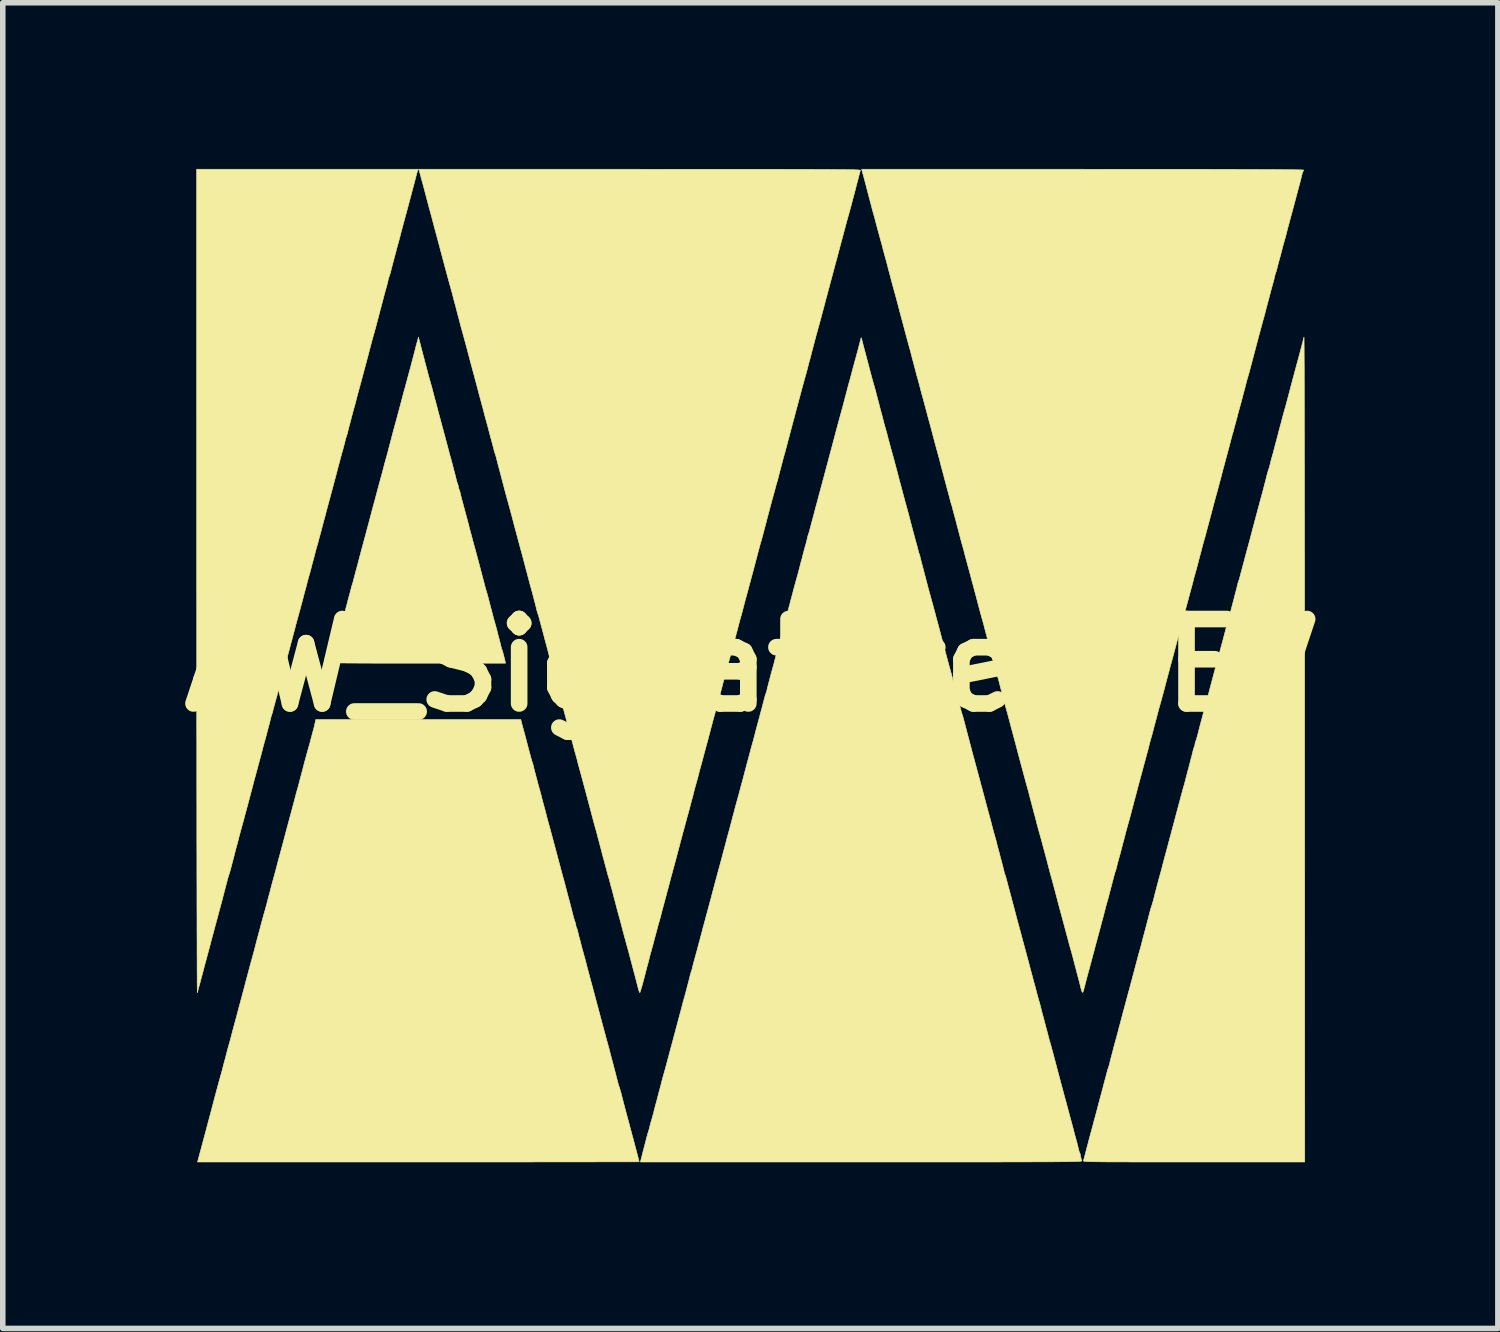
<source format=kicad_pcb>
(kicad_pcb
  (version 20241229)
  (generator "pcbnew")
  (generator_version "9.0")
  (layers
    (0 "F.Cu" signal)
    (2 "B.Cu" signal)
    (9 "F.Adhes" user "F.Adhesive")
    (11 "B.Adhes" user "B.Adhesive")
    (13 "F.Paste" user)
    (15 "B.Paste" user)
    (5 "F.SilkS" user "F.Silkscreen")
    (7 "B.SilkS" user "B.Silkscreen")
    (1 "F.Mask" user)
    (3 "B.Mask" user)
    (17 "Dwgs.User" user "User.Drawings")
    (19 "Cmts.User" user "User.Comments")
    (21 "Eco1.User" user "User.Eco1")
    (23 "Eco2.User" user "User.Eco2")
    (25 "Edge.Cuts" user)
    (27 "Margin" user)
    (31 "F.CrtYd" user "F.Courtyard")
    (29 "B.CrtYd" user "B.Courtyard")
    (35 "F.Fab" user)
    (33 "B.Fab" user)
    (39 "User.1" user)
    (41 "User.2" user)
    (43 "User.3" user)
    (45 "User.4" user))
  (footprint "AW_Signature_REV"
    (layer "F.Cu")
    (at 10.494 8.959)
    (property "Reference" "AW_Signature_REV" (at 0 0 0) (layer "F.SilkS") (effects (font (size 1.524 1.524) (thickness 0.3))))
    (attr through_hole)
    (fp_poly (pts (xy -5.981 -5.886) (xy -5.972 -5.853) (xy -5.96 -5.807) (xy -5.951 -5.772) (xy -5.938 -5.721) (xy -5.925 -5.671) (xy -5.918 -5.645) (xy -5.907 -5.602) (xy -5.893 -5.55) (xy -5.886 -5.524) (xy -5.874 -5.474) (xy -5.86 -5.425) (xy -5.855 -5.404) (xy -5.843 -5.361) (xy -5.83 -5.309) (xy -5.823 -5.283) (xy -5.809 -5.229) (xy -5.793 -5.172) (xy -5.787 -5.15) (xy -5.775 -5.109) (xy -5.759 -5.053) (xy -5.742 -4.991) (xy -5.734 -4.959) (xy -5.696 -4.815) (xy -5.662 -4.688) (xy -5.632 -4.572) (xy -5.601 -4.458) (xy -5.57 -4.341) (xy -5.535 -4.213) (xy -5.51 -4.121) (xy -5.493 -4.056) (xy -5.476 -3.993) (xy -5.462 -3.939) (xy -5.455 -3.912) (xy -5.442 -3.862) (xy -5.429 -3.814) (xy -5.424 -3.794) (xy -5.41 -3.747) (xy -5.397 -3.7) (xy -5.397 -3.699) (xy -5.386 -3.658) (xy -5.372 -3.608) (xy -5.366 -3.581) (xy -5.353 -3.531) (xy -5.34 -3.481) (xy -5.334 -3.461) (xy -5.322 -3.414) (xy -5.31 -3.363) (xy -5.307 -3.353) (xy -5.297 -3.313) (xy -5.286 -3.281) (xy -5.283 -3.274) (xy -5.272 -3.242) (xy -5.271 -3.226) (xy -5.264 -3.193) (xy -5.258 -3.178) (xy -5.248 -3.152) (xy -5.237 -3.114) (xy -5.234 -3.099) (xy -5.223 -3.052) (xy -5.211 -3.007) (xy -5.209 -2.997) (xy -5.2 -2.966) (xy -5.187 -2.918) (xy -5.172 -2.86) (xy -5.162 -2.826) (xy -5.147 -2.767) (xy -5.132 -2.713) (xy -5.121 -2.67) (xy -5.116 -2.654) (xy -5.106 -2.616) (xy -5.093 -2.567) (xy -5.086 -2.54) (xy -5.074 -2.491) (xy -5.062 -2.445) (xy -5.057 -2.426) (xy -5.047 -2.391) (xy -5.034 -2.342) (xy -5.02 -2.289) (xy -5.019 -2.286) (xy -5.003 -2.226) (xy -4.986 -2.163) (xy -4.972 -2.115) (xy -4.945 -2.013) (xy -4.912 -1.891) (xy -4.875 -1.751) (xy -4.835 -1.597) (xy -4.807 -1.492) (xy -4.791 -1.43) (xy -4.774 -1.37) (xy -4.76 -1.32) (xy -4.754 -1.302) (xy -4.739 -1.25) (xy -4.724 -1.192) (xy -4.718 -1.168) (xy -4.705 -1.118) (xy -4.692 -1.068) (xy -4.687 -1.048) (xy -4.675 -1.005) (xy -4.661 -0.953) (xy -4.655 -0.927) (xy -4.642 -0.878) (xy -4.629 -0.83) (xy -4.624 -0.81) (xy -4.61 -0.763) (xy -4.597 -0.715) (xy -4.597 -0.714) (xy -4.585 -0.674) (xy -4.572 -0.623) (xy -4.566 -0.597) (xy -4.553 -0.547) (xy -4.54 -0.497) (xy -4.534 -0.476) (xy -4.522 -0.43) (xy -4.509 -0.379) (xy -4.507 -0.368) (xy -4.497 -0.328) (xy -4.487 -0.294) (xy -4.484 -0.286) (xy -4.474 -0.259) (xy -4.462 -0.214) (xy -4.447 -0.158) (xy -4.432 -0.097) (xy -4.427 -0.073) (xy -4.419 -0.038) (xy -5.988 -0.038) (xy -6.22 -0.038) (xy -6.429 -0.038) (xy -6.614 -0.038) (xy -6.779 -0.038) (xy -6.923 -0.039) (xy -7.048 -0.039) (xy -7.155 -0.04) (xy -7.247 -0.04) (xy -7.323 -0.041) (xy -7.386 -0.042) (xy -7.437 -0.044) (xy -7.476 -0.045) (xy -7.506 -0.047) (xy -7.528 -0.049) (xy -7.542 -0.051) (xy -7.551 -0.054) (xy -7.555 -0.057) (xy -7.556 -0.06) (xy -7.556 -0.06) (xy -7.554 -0.08) (xy -7.545 -0.12) (xy -7.529 -0.18) (xy -7.507 -0.262) (xy -7.478 -0.366) (xy -7.467 -0.406) (xy -7.451 -0.465) (xy -7.435 -0.524) (xy -7.423 -0.572) (xy -7.41 -0.621) (xy -7.398 -0.669) (xy -7.392 -0.689) (xy -7.379 -0.736) (xy -7.365 -0.783) (xy -7.365 -0.784) (xy -7.354 -0.825) (xy -7.341 -0.875) (xy -7.334 -0.902) (xy -7.321 -0.952) (xy -7.308 -1.002) (xy -7.303 -1.022) (xy -7.291 -1.065) (xy -7.277 -1.117) (xy -7.271 -1.143) (xy -7.258 -1.193) (xy -7.244 -1.243) (xy -7.239 -1.264) (xy -7.226 -1.308) (xy -7.213 -1.36) (xy -7.208 -1.378) (xy -7.198 -1.418) (xy -7.189 -1.45) (xy -7.185 -1.46) (xy -7.176 -1.488) (xy -7.17 -1.511) (xy -7.163 -1.537) (xy -7.152 -1.58) (xy -7.138 -1.633) (xy -7.13 -1.664) (xy -7.111 -1.734) (xy -7.09 -1.812) (xy -7.071 -1.884) (xy -7.067 -1.899) (xy -7.051 -1.961) (xy -7.034 -2.024) (xy -7.02 -2.078) (xy -7.017 -2.089) (xy -7.002 -2.144) (xy -6.985 -2.207) (xy -6.972 -2.254) (xy -6.943 -2.362) (xy -6.913 -2.475) (xy -6.884 -2.582) (xy -6.877 -2.61) (xy -6.864 -2.658) (xy -6.848 -2.719) (xy -6.831 -2.784) (xy -6.825 -2.807) (xy -6.81 -2.863) (xy -6.796 -2.915) (xy -6.785 -2.953) (xy -6.782 -2.965) (xy -6.774 -2.994) (xy -6.762 -3.04) (xy -6.747 -3.095) (xy -6.738 -3.131) (xy -6.711 -3.23) (xy -6.69 -3.308) (xy -6.674 -3.368) (xy -6.661 -3.414) (xy -6.653 -3.442) (xy -6.643 -3.48) (xy -6.63 -3.529) (xy -6.623 -3.556) (xy -6.607 -3.619) (xy -6.589 -3.685) (xy -6.567 -3.763) (xy -6.564 -3.772) (xy -6.554 -3.81) (xy -6.541 -3.859) (xy -6.534 -3.886) (xy -6.521 -3.937) (xy -6.508 -3.986) (xy -6.502 -4.007) (xy -6.491 -4.05) (xy -6.477 -4.102) (xy -6.471 -4.128) (xy -6.458 -4.176) (xy -6.446 -4.222) (xy -6.441 -4.242) (xy -6.427 -4.289) (xy -6.409 -4.358) (xy -6.385 -4.444) (xy -6.358 -4.545) (xy -6.328 -4.657) (xy -6.296 -4.777) (xy -6.263 -4.902) (xy -6.256 -4.928) (xy -6.233 -5.011) (xy -6.208 -5.104) (xy -6.183 -5.196) (xy -6.165 -5.264) (xy -6.146 -5.333) (xy -6.128 -5.399) (xy -6.113 -5.457) (xy -6.103 -5.497) (xy -6.102 -5.499) (xy -6.089 -5.549) (xy -6.076 -5.599) (xy -6.071 -5.62) (xy -6.059 -5.663) (xy -6.046 -5.715) (xy -6.04 -5.74) (xy -6.029 -5.783) (xy -6.02 -5.816) (xy -6.016 -5.829) (xy -6.008 -5.855) (xy -6 -5.886) (xy -5.991 -5.925) (xy -5.981 -5.886)) (stroke (width 0.01) (type solid)) (fill yes) (layer "F.SilkS"))
    (fp_poly (pts (xy -6.008 -8.919) (xy -6.019 -8.886) (xy -6.031 -8.841) (xy -6.038 -8.814) (xy -6.048 -8.773) (xy -6.063 -8.716) (xy -6.08 -8.65) (xy -6.096 -8.592) (xy -6.114 -8.522) (xy -6.133 -8.452) (xy -6.15 -8.389) (xy -6.16 -8.35) (xy -6.176 -8.291) (xy -6.193 -8.228) (xy -6.204 -8.185) (xy -6.219 -8.132) (xy -6.236 -8.069) (xy -6.251 -8.014) (xy -6.265 -7.961) (xy -6.278 -7.911) (xy -6.288 -7.876) (xy -6.288 -7.874) (xy -6.299 -7.835) (xy -6.312 -7.786) (xy -6.318 -7.76) (xy -6.331 -7.71) (xy -6.344 -7.662) (xy -6.349 -7.642) (xy -6.363 -7.595) (xy -6.376 -7.548) (xy -6.376 -7.547) (xy -6.387 -7.506) (xy -6.4 -7.456) (xy -6.407 -7.429) (xy -6.42 -7.381) (xy -6.432 -7.335) (xy -6.437 -7.315) (xy -6.446 -7.282) (xy -6.459 -7.233) (xy -6.473 -7.178) (xy -6.477 -7.163) (xy -6.49 -7.111) (xy -6.503 -7.066) (xy -6.513 -7.035) (xy -6.515 -7.029) (xy -6.525 -7.001) (xy -6.536 -6.962) (xy -6.539 -6.947) (xy -6.55 -6.899) (xy -6.562 -6.852) (xy -6.565 -6.842) (xy -6.578 -6.795) (xy -6.592 -6.748) (xy -6.592 -6.747) (xy -6.603 -6.706) (xy -6.616 -6.656) (xy -6.623 -6.629) (xy -6.636 -6.579) (xy -6.649 -6.529) (xy -6.655 -6.509) (xy -6.666 -6.466) (xy -6.68 -6.414) (xy -6.687 -6.388) (xy -6.699 -6.338) (xy -6.713 -6.288) (xy -6.718 -6.267) (xy -6.73 -6.225) (xy -6.743 -6.173) (xy -6.75 -6.147) (xy -6.764 -6.092) (xy -6.78 -6.036) (xy -6.786 -6.013) (xy -6.797 -5.976) (xy -6.813 -5.921) (xy -6.83 -5.857) (xy -6.846 -5.798) (xy -6.907 -5.564) (xy -6.969 -5.332) (xy -7.028 -5.111) (xy -7.084 -4.906) (xy -7.089 -4.889) (xy -7.099 -4.851) (xy -7.112 -4.802) (xy -7.118 -4.775) (xy -7.131 -4.727) (xy -7.143 -4.68) (xy -7.149 -4.661) (xy -7.171 -4.581) (xy -7.189 -4.514) (xy -7.206 -4.451) (xy -7.207 -4.445) (xy -7.22 -4.395) (xy -7.233 -4.345) (xy -7.239 -4.324) (xy -7.251 -4.278) (xy -7.264 -4.227) (xy -7.266 -4.216) (xy -7.276 -4.176) (xy -7.287 -4.142) (xy -7.29 -4.134) (xy -7.301 -4.101) (xy -7.307 -4.077) (xy -7.315 -4.045) (xy -7.327 -3.997) (xy -7.342 -3.941) (xy -7.357 -3.884) (xy -7.366 -3.854) (xy -7.371 -3.838) (xy -7.377 -3.816) (xy -7.385 -3.785) (xy -7.397 -3.742) (xy -7.412 -3.684) (xy -7.432 -3.61) (xy -7.457 -3.515) (xy -7.476 -3.442) (xy -7.491 -3.385) (xy -7.505 -3.334) (xy -7.515 -3.295) (xy -7.518 -3.283) (xy -7.526 -3.254) (xy -7.538 -3.209) (xy -7.553 -3.153) (xy -7.563 -3.118) (xy -7.578 -3.06) (xy -7.592 -3.007) (xy -7.603 -2.968) (xy -7.607 -2.953) (xy -7.615 -2.924) (xy -7.627 -2.878) (xy -7.642 -2.823) (xy -7.65 -2.794) (xy -7.667 -2.727) (xy -7.686 -2.656) (xy -7.703 -2.594) (xy -7.707 -2.578) (xy -7.721 -2.525) (xy -7.739 -2.457) (xy -7.758 -2.385) (xy -7.771 -2.337) (xy -7.788 -2.275) (xy -7.803 -2.217) (xy -7.816 -2.171) (xy -7.824 -2.146) (xy -7.835 -2.108) (xy -7.848 -2.059) (xy -7.855 -2.032) (xy -7.867 -1.982) (xy -7.881 -1.932) (xy -7.886 -1.911) (xy -7.898 -1.868) (xy -7.912 -1.817) (xy -7.918 -1.791) (xy -7.931 -1.741) (xy -7.944 -1.693) (xy -7.949 -1.673) (xy -7.963 -1.626) (xy -7.976 -1.579) (xy -7.976 -1.578) (xy -7.988 -1.537) (xy -8.001 -1.487) (xy -8.007 -1.46) (xy -8.02 -1.41) (xy -8.034 -1.361) (xy -8.039 -1.34) (xy -8.051 -1.297) (xy -8.065 -1.245) (xy -8.071 -1.219) (xy -8.083 -1.174) (xy -8.099 -1.115) (xy -8.116 -1.053) (xy -8.12 -1.035) (xy -8.15 -0.927) (xy -8.176 -0.832) (xy -8.202 -0.737) (xy -8.225 -0.648) (xy -8.243 -0.581) (xy -8.262 -0.51) (xy -8.278 -0.447) (xy -8.283 -0.432) (xy -8.298 -0.374) (xy -8.316 -0.304) (xy -8.335 -0.235) (xy -8.34 -0.216) (xy -8.355 -0.159) (xy -8.369 -0.106) (xy -8.38 -0.067) (xy -8.383 -0.054) (xy -8.395 -0.012) (xy -8.408 0.033) (xy -8.408 0.035) (xy -8.419 0.076) (xy -8.432 0.126) (xy -8.439 0.152) (xy -8.452 0.201) (xy -8.464 0.247) (xy -8.469 0.267) (xy -8.478 0.299) (xy -8.491 0.347) (xy -8.506 0.404) (xy -8.513 0.432) (xy -8.532 0.503) (xy -8.554 0.584) (xy -8.575 0.659) (xy -8.578 0.673) (xy -8.594 0.729) (xy -8.607 0.778) (xy -8.616 0.814) (xy -8.619 0.826) (xy -8.628 0.861) (xy -8.636 0.883) (xy -8.646 0.911) (xy -8.656 0.95) (xy -8.66 0.965) (xy -8.671 1.014) (xy -8.684 1.064) (xy -8.687 1.073) (xy -8.698 1.116) (xy -8.712 1.168) (xy -8.719 1.194) (xy -8.735 1.257) (xy -8.753 1.323) (xy -8.775 1.401) (xy -8.777 1.41) (xy -8.788 1.448) (xy -8.801 1.497) (xy -8.807 1.524) (xy -8.82 1.573) (xy -8.832 1.619) (xy -8.837 1.638) (xy -8.849 1.681) (xy -8.866 1.744) (xy -8.887 1.822) (xy -8.911 1.912) (xy -8.937 2.008) (xy -8.964 2.108) (xy -8.989 2.205) (xy -9.011 2.286) (xy -9.049 2.431) (xy -9.082 2.554) (xy -9.11 2.657) (xy -9.133 2.744) (xy -9.152 2.816) (xy -9.169 2.877) (xy -9.183 2.929) (xy -9.196 2.975) (xy -9.207 3.016) (xy -9.208 3.019) (xy -9.219 3.06) (xy -9.233 3.111) (xy -9.239 3.137) (xy -9.252 3.187) (xy -9.265 3.237) (xy -9.271 3.258) (xy -9.283 3.3) (xy -9.296 3.352) (xy -9.303 3.378) (xy -9.315 3.427) (xy -9.327 3.473) (xy -9.333 3.493) (xy -9.341 3.526) (xy -9.354 3.574) (xy -9.368 3.63) (xy -9.372 3.645) (xy -9.386 3.697) (xy -9.399 3.742) (xy -9.408 3.773) (xy -9.411 3.778) (xy -9.419 3.802) (xy -9.431 3.843) (xy -9.444 3.893) (xy -9.449 3.912) (xy -9.463 3.967) (xy -9.477 4.018) (xy -9.487 4.057) (xy -9.489 4.064) (xy -9.499 4.103) (xy -9.512 4.152) (xy -9.519 4.178) (xy -9.531 4.227) (xy -9.543 4.273) (xy -9.549 4.293) (xy -9.557 4.324) (xy -9.57 4.372) (xy -9.586 4.429) (xy -9.595 4.464) (xy -9.61 4.522) (xy -9.624 4.574) (xy -9.635 4.614) (xy -9.639 4.629) (xy -9.652 4.675) (xy -9.669 4.739) (xy -9.689 4.816) (xy -9.712 4.9) (xy -9.733 4.978) (xy -9.749 5.041) (xy -9.766 5.105) (xy -9.781 5.16) (xy -9.785 5.175) (xy -9.802 5.238) (xy -9.823 5.318) (xy -9.848 5.408) (xy -9.872 5.502) (xy -9.894 5.585) (xy -9.911 5.646) (xy -9.929 5.716) (xy -9.945 5.775) (xy -9.96 5.828) (xy -9.972 5.875) (xy -9.981 5.909) (xy -9.982 5.912) (xy -9.983 5.901) (xy -9.983 5.866) (xy -9.984 5.807) (xy -9.985 5.725) (xy -9.985 5.62) (xy -9.986 5.493) (xy -9.986 5.345) (xy -9.987 5.176) (xy -9.987 4.988) (xy -9.988 4.78) (xy -9.988 4.554) (xy -9.989 4.311) (xy -9.989 4.05) (xy -9.99 3.773) (xy -9.99 3.48) (xy -9.991 3.172) (xy -9.991 2.85) (xy -9.991 2.515) (xy -9.992 2.167) (xy -9.992 1.806) (xy -9.992 1.434) (xy -9.993 1.051) (xy -9.993 0.659) (xy -9.993 0.256) (xy -9.993 -0.154) (xy -9.993 -0.573) (xy -9.993 -0.999) (xy -9.994 -1.432) (xy -9.994 -1.502) (xy -9.995 -8.954) (xy -5.995 -8.954) (xy -6.008 -8.919)) (stroke (width 0.01) (type solid)) (fill yes) (layer "F.SilkS"))
    (fp_poly (pts (xy -4.122 1.064) (xy -4.109 1.113) (xy -4.096 1.159) (xy -4.088 1.187) (xy -4.08 1.216) (xy -4.068 1.262) (xy -4.053 1.317) (xy -4.045 1.349) (xy -4.017 1.456) (xy -3.995 1.54) (xy -3.977 1.606) (xy -3.964 1.655) (xy -3.954 1.691) (xy -3.947 1.716) (xy -3.942 1.732) (xy -3.938 1.743) (xy -3.937 1.746) (xy -3.927 1.774) (xy -3.917 1.814) (xy -3.913 1.829) (xy -3.902 1.878) (xy -3.889 1.927) (xy -3.886 1.937) (xy -3.875 1.98) (xy -3.861 2.032) (xy -3.854 2.057) (xy -3.842 2.106) (xy -3.83 2.152) (xy -3.824 2.172) (xy -3.801 2.252) (xy -3.783 2.318) (xy -3.767 2.381) (xy -3.766 2.388) (xy -3.753 2.438) (xy -3.739 2.488) (xy -3.734 2.508) (xy -3.722 2.551) (xy -3.708 2.603) (xy -3.701 2.629) (xy -3.691 2.669) (xy -3.676 2.726) (xy -3.659 2.792) (xy -3.641 2.857) (xy -3.61 2.97) (xy -3.575 3.1) (xy -3.537 3.241) (xy -3.499 3.384) (xy -3.462 3.523) (xy -3.433 3.632) (xy -3.418 3.689) (xy -3.404 3.74) (xy -3.394 3.779) (xy -3.391 3.791) (xy -3.367 3.873) (xy -3.349 3.942) (xy -3.334 4) (xy -3.321 4.049) (xy -3.309 4.095) (xy -3.304 4.115) (xy -3.291 4.164) (xy -3.273 4.23) (xy -3.253 4.306) (xy -3.232 4.386) (xy -3.213 4.461) (xy -3.201 4.508) (xy -3.187 4.56) (xy -3.174 4.604) (xy -3.164 4.633) (xy -3.162 4.639) (xy -3.151 4.67) (xy -3.15 4.686) (xy -3.144 4.72) (xy -3.137 4.734) (xy -3.127 4.76) (xy -3.116 4.798) (xy -3.113 4.813) (xy -3.101 4.863) (xy -3.089 4.912) (xy -3.086 4.921) (xy -3.074 4.964) (xy -3.061 5.016) (xy -3.054 5.042) (xy -3.042 5.091) (xy -3.029 5.139) (xy -3.023 5.159) (xy -3.01 5.206) (xy -2.997 5.254) (xy -2.996 5.255) (xy -2.985 5.295) (xy -2.972 5.346) (xy -2.965 5.372) (xy -2.953 5.421) (xy -2.941 5.467) (xy -2.936 5.486) (xy -2.926 5.521) (xy -2.913 5.57) (xy -2.899 5.623) (xy -2.898 5.626) (xy -2.884 5.678) (xy -2.866 5.745) (xy -2.846 5.818) (xy -2.832 5.874) (xy -2.818 5.923) (xy -2.806 5.968) (xy -2.795 6.011) (xy -2.782 6.058) (xy -2.768 6.112) (xy -2.75 6.178) (xy -2.729 6.258) (xy -2.702 6.358) (xy -2.693 6.394) (xy -2.668 6.487) (xy -2.643 6.58) (xy -2.619 6.668) (xy -2.598 6.747) (xy -2.58 6.812) (xy -2.567 6.858) (xy -2.564 6.871) (xy -2.553 6.909) (xy -2.54 6.958) (xy -2.534 6.985) (xy -2.521 7.035) (xy -2.508 7.085) (xy -2.502 7.106) (xy -2.49 7.149) (xy -2.477 7.2) (xy -2.47 7.226) (xy -2.457 7.277) (xy -2.444 7.326) (xy -2.438 7.347) (xy -2.426 7.395) (xy -2.413 7.445) (xy -2.412 7.449) (xy -2.396 7.513) (xy -2.38 7.572) (xy -2.365 7.616) (xy -2.361 7.626) (xy -2.354 7.65) (xy -2.342 7.691) (xy -2.328 7.741) (xy -2.324 7.76) (xy -2.307 7.826) (xy -2.288 7.9) (xy -2.268 7.975) (xy -2.25 8.045) (xy -2.234 8.104) (xy -2.223 8.146) (xy -2.222 8.147) (xy -2.215 8.176) (xy -2.202 8.221) (xy -2.187 8.277) (xy -2.178 8.312) (xy -2.163 8.37) (xy -2.148 8.423) (xy -2.138 8.462) (xy -2.134 8.477) (xy -2.126 8.506) (xy -2.113 8.552) (xy -2.099 8.607) (xy -2.091 8.636) (xy -2.074 8.704) (xy -2.054 8.776) (xy -2.037 8.842) (xy -2.033 8.857) (xy -2.021 8.904) (xy -2.012 8.94) (xy -2.007 8.96) (xy -2.007 8.962) (xy -2.019 8.962) (xy -2.056 8.963) (xy -2.117 8.963) (xy -2.2 8.963) (xy -2.304 8.964) (xy -2.429 8.964) (xy -2.574 8.964) (xy -2.737 8.964) (xy -2.919 8.965) (xy -3.117 8.965) (xy -3.33 8.965) (xy -3.559 8.965) (xy -3.801 8.965) (xy -4.057 8.966) (xy -4.324 8.966) (xy -4.603 8.966) (xy -4.891 8.966) (xy -5.188 8.966) (xy -5.494 8.966) (xy -5.807 8.966) (xy -5.992 8.966) (xy -9.978 8.966) (xy -9.955 8.88) (xy -9.94 8.822) (xy -9.923 8.759) (xy -9.912 8.719) (xy -9.878 8.591) (xy -9.846 8.472) (xy -9.819 8.371) (xy -9.817 8.363) (xy -9.801 8.304) (xy -9.785 8.241) (xy -9.773 8.198) (xy -9.76 8.149) (xy -9.743 8.087) (xy -9.726 8.023) (xy -9.722 8.007) (xy -9.697 7.911) (xy -9.67 7.808) (xy -9.642 7.704) (xy -9.615 7.603) (xy -9.59 7.511) (xy -9.568 7.433) (xy -9.551 7.373) (xy -9.549 7.366) (xy -9.538 7.327) (xy -9.525 7.278) (xy -9.519 7.252) (xy -9.506 7.201) (xy -9.493 7.152) (xy -9.487 7.131) (xy -9.475 7.088) (xy -9.462 7.036) (xy -9.455 7.01) (xy -9.443 6.961) (xy -9.43 6.913) (xy -9.424 6.893) (xy -9.411 6.846) (xy -9.397 6.799) (xy -9.397 6.798) (xy -9.386 6.757) (xy -9.373 6.707) (xy -9.366 6.68) (xy -9.354 6.635) (xy -9.339 6.576) (xy -9.322 6.514) (xy -9.317 6.496) (xy -9.299 6.428) (xy -9.277 6.35) (xy -9.258 6.276) (xy -9.254 6.261) (xy -9.237 6.198) (xy -9.22 6.134) (xy -9.205 6.08) (xy -9.201 6.064) (xy -9.186 6.01) (xy -9.169 5.946) (xy -9.157 5.899) (xy -9.136 5.821) (xy -9.11 5.721) (xy -9.078 5.602) (xy -9.044 5.474) (xy -9.019 5.38) (xy -8.993 5.288) (xy -8.971 5.206) (xy -8.964 5.182) (xy -8.954 5.143) (xy -8.941 5.094) (xy -8.934 5.067) (xy -8.922 5.019) (xy -8.91 4.973) (xy -8.905 4.953) (xy -8.896 4.922) (xy -8.883 4.873) (xy -8.868 4.816) (xy -8.858 4.782) (xy -8.832 4.68) (xy -8.81 4.601) (xy -8.794 4.539) (xy -8.781 4.492) (xy -8.774 4.47) (xy -8.761 4.425) (xy -8.749 4.381) (xy -8.738 4.343) (xy -8.725 4.294) (xy -8.719 4.267) (xy -8.706 4.217) (xy -8.693 4.167) (xy -8.687 4.147) (xy -8.675 4.104) (xy -8.662 4.052) (xy -8.655 4.026) (xy -8.639 3.963) (xy -8.621 3.897) (xy -8.599 3.818) (xy -8.596 3.81) (xy -8.586 3.771) (xy -8.573 3.722) (xy -8.566 3.696) (xy -8.555 3.654) (xy -8.54 3.597) (xy -8.523 3.531) (xy -8.51 3.483) (xy -8.489 3.407) (xy -8.466 3.321) (xy -8.444 3.24) (xy -8.434 3.204) (xy -8.4 3.073) (xy -8.371 2.965) (xy -8.347 2.875) (xy -8.327 2.801) (xy -8.311 2.741) (xy -8.297 2.69) (xy -8.285 2.646) (xy -8.275 2.607) (xy -8.272 2.597) (xy -8.256 2.536) (xy -8.239 2.475) (xy -8.226 2.425) (xy -8.223 2.413) (xy -8.211 2.364) (xy -8.198 2.316) (xy -8.192 2.296) (xy -8.179 2.248) (xy -8.166 2.201) (xy -8.165 2.2) (xy -8.154 2.16) (xy -8.141 2.109) (xy -8.134 2.083) (xy -8.121 2.032) (xy -8.108 1.983) (xy -8.103 1.962) (xy -8.091 1.919) (xy -8.077 1.867) (xy -8.071 1.841) (xy -8.058 1.793) (xy -8.046 1.747) (xy -8.041 1.727) (xy -8.03 1.69) (xy -8.017 1.641) (xy -8.008 1.607) (xy -7.995 1.559) (xy -7.982 1.515) (xy -7.976 1.492) (xy -7.968 1.464) (xy -7.955 1.418) (xy -7.94 1.363) (xy -7.931 1.327) (xy -7.915 1.268) (xy -7.901 1.214) (xy -7.889 1.172) (xy -7.885 1.156) (xy -7.874 1.116) (xy -7.863 1.067) (xy -7.858 1.045) (xy -7.844 0.978) (xy -4.144 0.978) (xy -4.122 1.064)) (stroke (width 0.01) (type solid)) (fill yes) (layer "F.SilkS"))
    (fp_poly (pts (xy 9.995 -5.914) (xy 9.996 -5.879) (xy 9.996 -5.82) (xy 9.997 -5.738) (xy 9.997 -5.633) (xy 9.998 -5.506) (xy 9.999 -5.358) (xy 9.999 -5.189) (xy 10 -5.001) (xy 10 -4.793) (xy 10.001 -4.567) (xy 10.001 -4.323) (xy 10.002 -4.062) (xy 10.002 -3.785) (xy 10.003 -3.492) (xy 10.003 -3.185) (xy 10.003 -2.863) (xy 10.004 -2.527) (xy 10.004 -2.179) (xy 10.005 -1.818) (xy 10.005 -1.446) (xy 10.005 -1.063) (xy 10.005 -0.67) (xy 10.006 -0.268) (xy 10.006 0.143) (xy 10.006 0.562) (xy 10.006 0.988) (xy 10.006 1.421) (xy 10.006 1.502) (xy 10.008 8.966) (xy 8.006 8.966) (xy 7.743 8.966) (xy 7.503 8.966) (xy 7.286 8.966) (xy 7.091 8.966) (xy 6.917 8.966) (xy 6.763 8.965) (xy 6.627 8.965) (xy 6.509 8.965) (xy 6.406 8.964) (xy 6.319 8.963) (xy 6.245 8.962) (xy 6.184 8.961) (xy 6.134 8.96) (xy 6.095 8.959) (xy 6.065 8.957) (xy 6.043 8.955) (xy 6.028 8.953) (xy 6.018 8.951) (xy 6.014 8.949) (xy 6.012 8.946) (xy 6.012 8.944) (xy 6.019 8.922) (xy 6.03 8.882) (xy 6.043 8.833) (xy 6.046 8.82) (xy 6.062 8.759) (xy 6.081 8.686) (xy 6.1 8.616) (xy 6.104 8.598) (xy 6.119 8.541) (xy 6.133 8.49) (xy 6.143 8.451) (xy 6.147 8.439) (xy 6.155 8.411) (xy 6.167 8.365) (xy 6.182 8.31) (xy 6.191 8.274) (xy 6.206 8.216) (xy 6.221 8.164) (xy 6.231 8.124) (xy 6.236 8.109) (xy 6.243 8.08) (xy 6.256 8.034) (xy 6.27 7.979) (xy 6.278 7.95) (xy 6.29 7.903) (xy 6.302 7.859) (xy 6.314 7.813) (xy 6.328 7.76) (xy 6.345 7.697) (xy 6.366 7.62) (xy 6.391 7.523) (xy 6.399 7.493) (xy 6.416 7.432) (xy 6.43 7.378) (xy 6.441 7.337) (xy 6.446 7.315) (xy 6.457 7.28) (xy 6.465 7.258) (xy 6.474 7.23) (xy 6.485 7.19) (xy 6.488 7.176) (xy 6.5 7.126) (xy 6.513 7.077) (xy 6.515 7.068) (xy 6.527 7.025) (xy 6.54 6.973) (xy 6.547 6.947) (xy 6.563 6.884) (xy 6.581 6.818) (xy 6.603 6.739) (xy 6.606 6.731) (xy 6.616 6.692) (xy 6.629 6.643) (xy 6.636 6.617) (xy 6.649 6.566) (xy 6.662 6.517) (xy 6.668 6.496) (xy 6.68 6.453) (xy 6.693 6.401) (xy 6.7 6.375) (xy 6.71 6.335) (xy 6.725 6.279) (xy 6.743 6.213) (xy 6.761 6.147) (xy 6.791 6.034) (xy 6.826 5.904) (xy 6.864 5.764) (xy 6.902 5.621) (xy 6.939 5.482) (xy 6.968 5.372) (xy 6.983 5.315) (xy 6.997 5.263) (xy 7.008 5.223) (xy 7.011 5.21) (xy 7.023 5.168) (xy 7.036 5.124) (xy 7.037 5.121) (xy 7.048 5.081) (xy 7.061 5.03) (xy 7.068 5.004) (xy 7.08 4.955) (xy 7.092 4.909) (xy 7.097 4.889) (xy 7.11 4.844) (xy 7.127 4.78) (xy 7.147 4.705) (xy 7.167 4.627) (xy 7.187 4.55) (xy 7.201 4.496) (xy 7.214 4.444) (xy 7.227 4.399) (xy 7.236 4.368) (xy 7.238 4.362) (xy 7.251 4.325) (xy 7.267 4.27) (xy 7.284 4.207) (xy 7.289 4.185) (xy 7.301 4.136) (xy 7.314 4.087) (xy 7.315 4.083) (xy 7.327 4.04) (xy 7.34 3.988) (xy 7.347 3.962) (xy 7.36 3.913) (xy 7.372 3.865) (xy 7.378 3.845) (xy 7.391 3.798) (xy 7.405 3.751) (xy 7.405 3.75) (xy 7.416 3.709) (xy 7.429 3.659) (xy 7.436 3.632) (xy 7.447 3.59) (xy 7.462 3.532) (xy 7.479 3.468) (xy 7.491 3.423) (xy 7.522 3.309) (xy 7.556 3.181) (xy 7.592 3.047) (xy 7.627 2.915) (xy 7.639 2.87) (xy 7.676 2.731) (xy 7.707 2.615) (xy 7.733 2.517) (xy 7.755 2.437) (xy 7.772 2.371) (xy 7.787 2.317) (xy 7.799 2.272) (xy 7.809 2.234) (xy 7.819 2.2) (xy 7.828 2.169) (xy 7.837 2.137) (xy 7.848 2.096) (xy 7.861 2.046) (xy 7.868 2.019) (xy 7.881 1.969) (xy 7.894 1.919) (xy 7.899 1.899) (xy 7.911 1.856) (xy 7.925 1.804) (xy 7.931 1.778) (xy 7.944 1.728) (xy 7.957 1.678) (xy 7.963 1.657) (xy 7.975 1.611) (xy 7.987 1.56) (xy 7.99 1.549) (xy 8 1.51) (xy 8.011 1.478) (xy 8.014 1.47) (xy 8.025 1.438) (xy 8.026 1.422) (xy 8.032 1.389) (xy 8.039 1.375) (xy 8.047 1.353) (xy 8.059 1.313) (xy 8.073 1.263) (xy 8.078 1.245) (xy 8.094 1.18) (xy 8.113 1.106) (xy 8.133 1.03) (xy 8.152 0.959) (xy 8.168 0.899) (xy 8.179 0.857) (xy 8.187 0.829) (xy 8.199 0.783) (xy 8.214 0.728) (xy 8.223 0.692) (xy 8.239 0.634) (xy 8.253 0.582) (xy 8.264 0.542) (xy 8.268 0.527) (xy 8.276 0.498) (xy 8.288 0.452) (xy 8.302 0.397) (xy 8.31 0.368) (xy 8.355 0.197) (xy 8.399 0.033) (xy 8.413 -0.019) (xy 8.426 -0.067) (xy 8.443 -0.128) (xy 8.46 -0.193) (xy 8.466 -0.216) (xy 8.485 -0.286) (xy 8.506 -0.365) (xy 8.526 -0.436) (xy 8.53 -0.451) (xy 8.546 -0.512) (xy 8.562 -0.573) (xy 8.575 -0.623) (xy 8.578 -0.635) (xy 8.591 -0.684) (xy 8.603 -0.73) (xy 8.609 -0.749) (xy 8.642 -0.866) (xy 8.668 -0.965) (xy 8.681 -1.016) (xy 8.694 -1.065) (xy 8.7 -1.086) (xy 8.711 -1.129) (xy 8.725 -1.181) (xy 8.731 -1.206) (xy 8.744 -1.257) (xy 8.757 -1.306) (xy 8.763 -1.327) (xy 8.775 -1.374) (xy 8.788 -1.425) (xy 8.79 -1.435) (xy 8.8 -1.476) (xy 8.81 -1.51) (xy 8.813 -1.518) (xy 8.825 -1.551) (xy 8.832 -1.575) (xy 8.838 -1.599) (xy 8.849 -1.642) (xy 8.864 -1.697) (xy 8.879 -1.753) (xy 8.897 -1.821) (xy 8.916 -1.891) (xy 8.932 -1.953) (xy 8.941 -1.988) (xy 8.957 -2.047) (xy 8.974 -2.11) (xy 8.986 -2.153) (xy 9.021 -2.282) (xy 9.059 -2.428) (xy 9.089 -2.54) (xy 9.104 -2.597) (xy 9.118 -2.648) (xy 9.128 -2.687) (xy 9.131 -2.699) (xy 9.139 -2.727) (xy 9.151 -2.773) (xy 9.166 -2.828) (xy 9.176 -2.864) (xy 9.191 -2.922) (xy 9.205 -2.974) (xy 9.216 -3.014) (xy 9.22 -3.029) (xy 9.231 -3.069) (xy 9.247 -3.127) (xy 9.265 -3.197) (xy 9.285 -3.273) (xy 9.304 -3.347) (xy 9.321 -3.413) (xy 9.321 -3.416) (xy 9.335 -3.468) (xy 9.348 -3.514) (xy 9.358 -3.544) (xy 9.36 -3.55) (xy 9.37 -3.578) (xy 9.38 -3.617) (xy 9.384 -3.632) (xy 9.395 -3.68) (xy 9.407 -3.728) (xy 9.41 -3.737) (xy 9.423 -3.784) (xy 9.437 -3.831) (xy 9.437 -3.832) (xy 9.448 -3.873) (xy 9.461 -3.923) (xy 9.468 -3.95) (xy 9.481 -4) (xy 9.494 -4.05) (xy 9.5 -4.07) (xy 9.511 -4.113) (xy 9.525 -4.165) (xy 9.531 -4.191) (xy 9.544 -4.241) (xy 9.558 -4.291) (xy 9.563 -4.312) (xy 9.575 -4.355) (xy 9.589 -4.407) (xy 9.595 -4.432) (xy 9.609 -4.487) (xy 9.625 -4.544) (xy 9.631 -4.566) (xy 9.642 -4.604) (xy 9.658 -4.658) (xy 9.675 -4.722) (xy 9.691 -4.782) (xy 9.729 -4.925) (xy 9.763 -5.056) (xy 9.798 -5.187) (xy 9.829 -5.302) (xy 9.848 -5.373) (xy 9.867 -5.445) (xy 9.885 -5.51) (xy 9.896 -5.55) (xy 9.91 -5.603) (xy 9.923 -5.652) (xy 9.933 -5.688) (xy 9.933 -5.69) (xy 9.943 -5.727) (xy 9.956 -5.776) (xy 9.965 -5.81) (xy 9.977 -5.858) (xy 9.988 -5.902) (xy 9.994 -5.925) (xy 9.995 -5.914)) (stroke (width 0.01) (type solid)) (fill yes) (layer "F.SilkS"))
    (fp_poly (pts (xy -1.616 -8.953) (xy -1.263 -8.953) (xy -0.933 -8.953) (xy -0.627 -8.953) (xy -0.342 -8.953) (xy -0.079 -8.953) (xy 0.164 -8.953) (xy 0.387 -8.953) (xy 0.591 -8.953) (xy 0.777 -8.952) (xy 0.946 -8.952) (xy 1.099 -8.952) (xy 1.236 -8.951) (xy 1.358 -8.951) (xy 1.467 -8.95) (xy 1.562 -8.949) (xy 1.646 -8.949) (xy 1.717 -8.948) (xy 1.779 -8.947) (xy 1.83 -8.946) (xy 1.872 -8.945) (xy 1.907 -8.944) (xy 1.934 -8.942) (xy 1.954 -8.941) (xy 1.969 -8.939) (xy 1.979 -8.937) (xy 1.985 -8.936) (xy 1.987 -8.934) (xy 1.987 -8.932) (xy 1.987 -8.931) (xy 1.979 -8.907) (xy 1.969 -8.868) (xy 1.961 -8.839) (xy 1.949 -8.789) (xy 1.936 -8.739) (xy 1.93 -8.719) (xy 1.919 -8.676) (xy 1.905 -8.624) (xy 1.899 -8.598) (xy 1.886 -8.548) (xy 1.873 -8.498) (xy 1.867 -8.477) (xy 1.855 -8.434) (xy 1.842 -8.382) (xy 1.835 -8.357) (xy 1.817 -8.287) (xy 1.797 -8.215) (xy 1.779 -8.15) (xy 1.769 -8.115) (xy 1.756 -8.069) (xy 1.739 -8.006) (xy 1.717 -7.925) (xy 1.695 -7.842) (xy 1.68 -7.784) (xy 1.666 -7.732) (xy 1.655 -7.692) (xy 1.651 -7.677) (xy 1.643 -7.648) (xy 1.631 -7.602) (xy 1.616 -7.548) (xy 1.608 -7.518) (xy 1.592 -7.455) (xy 1.575 -7.392) (xy 1.557 -7.324) (xy 1.535 -7.244) (xy 1.509 -7.146) (xy 1.505 -7.131) (xy 1.492 -7.083) (xy 1.476 -7.022) (xy 1.458 -6.957) (xy 1.452 -6.934) (xy 1.437 -6.878) (xy 1.424 -6.826) (xy 1.413 -6.788) (xy 1.41 -6.775) (xy 1.402 -6.747) (xy 1.39 -6.701) (xy 1.375 -6.646) (xy 1.367 -6.617) (xy 1.338 -6.505) (xy 1.308 -6.393) (xy 1.279 -6.283) (xy 1.251 -6.18) (xy 1.226 -6.09) (xy 1.206 -6.016) (xy 1.192 -5.969) (xy 1.182 -5.93) (xy 1.169 -5.881) (xy 1.162 -5.855) (xy 1.149 -5.804) (xy 1.136 -5.755) (xy 1.13 -5.734) (xy 1.119 -5.691) (xy 1.105 -5.639) (xy 1.099 -5.613) (xy 1.086 -5.563) (xy 1.073 -5.513) (xy 1.067 -5.493) (xy 1.055 -5.45) (xy 1.042 -5.398) (xy 1.035 -5.372) (xy 1.023 -5.324) (xy 1.01 -5.277) (xy 1.005 -5.258) (xy 0.992 -5.212) (xy 0.974 -5.148) (xy 0.953 -5.071) (xy 0.93 -4.989) (xy 0.908 -4.906) (xy 0.897 -4.864) (xy 0.88 -4.801) (xy 0.863 -4.737) (xy 0.849 -4.683) (xy 0.844 -4.667) (xy 0.831 -4.62) (xy 0.815 -4.558) (xy 0.798 -4.493) (xy 0.792 -4.47) (xy 0.774 -4.404) (xy 0.755 -4.333) (xy 0.739 -4.27) (xy 0.734 -4.255) (xy 0.719 -4.197) (xy 0.701 -4.127) (xy 0.682 -4.058) (xy 0.677 -4.039) (xy 0.657 -3.961) (xy 0.64 -3.9) (xy 0.626 -3.847) (xy 0.611 -3.793) (xy 0.608 -3.785) (xy 0.597 -3.746) (xy 0.585 -3.697) (xy 0.578 -3.67) (xy 0.565 -3.622) (xy 0.553 -3.576) (xy 0.548 -3.556) (xy 0.539 -3.523) (xy 0.526 -3.474) (xy 0.512 -3.419) (xy 0.508 -3.404) (xy 0.495 -3.352) (xy 0.483 -3.31) (xy 0.475 -3.282) (xy 0.473 -3.277) (xy 0.466 -3.254) (xy 0.456 -3.216) (xy 0.45 -3.194) (xy 0.438 -3.146) (xy 0.425 -3.101) (xy 0.421 -3.086) (xy 0.384 -2.954) (xy 0.362 -2.87) (xy 0.349 -2.82) (xy 0.336 -2.77) (xy 0.33 -2.75) (xy 0.319 -2.707) (xy 0.305 -2.655) (xy 0.298 -2.629) (xy 0.286 -2.579) (xy 0.272 -2.529) (xy 0.267 -2.508) (xy 0.255 -2.465) (xy 0.242 -2.413) (xy 0.235 -2.388) (xy 0.221 -2.333) (xy 0.205 -2.276) (xy 0.199 -2.254) (xy 0.188 -2.216) (xy 0.172 -2.162) (xy 0.155 -2.097) (xy 0.139 -2.038) (xy 0.085 -1.832) (xy 0.033 -1.636) (xy -0.016 -1.454) (xy -0.06 -1.29) (xy -0.085 -1.2) (xy -0.101 -1.139) (xy -0.117 -1.078) (xy -0.13 -1.028) (xy -0.133 -1.016) (xy -0.146 -0.967) (xy -0.159 -0.919) (xy -0.164 -0.899) (xy -0.178 -0.851) (xy -0.191 -0.804) (xy -0.191 -0.803) (xy -0.202 -0.763) (xy -0.216 -0.712) (xy -0.222 -0.686) (xy -0.235 -0.635) (xy -0.248 -0.586) (xy -0.254 -0.565) (xy -0.266 -0.522) (xy -0.279 -0.47) (xy -0.286 -0.445) (xy -0.298 -0.396) (xy -0.311 -0.35) (xy -0.316 -0.33) (xy -0.327 -0.293) (xy -0.34 -0.244) (xy -0.35 -0.21) (xy -0.362 -0.162) (xy -0.375 -0.118) (xy -0.381 -0.095) (xy -0.389 -0.067) (xy -0.401 -0.021) (xy -0.416 0.034) (xy -0.426 0.07) (xy -0.441 0.129) (xy -0.456 0.183) (xy -0.467 0.225) (xy -0.472 0.241) (xy -0.482 0.28) (xy -0.495 0.329) (xy -0.502 0.356) (xy -0.515 0.406) (xy -0.528 0.456) (xy -0.533 0.476) (xy -0.545 0.519) (xy -0.559 0.571) (xy -0.565 0.597) (xy -0.578 0.646) (xy -0.594 0.706) (xy -0.609 0.762) (xy -0.634 0.852) (xy -0.665 0.965) (xy -0.702 1.103) (xy -0.724 1.187) (xy -0.74 1.247) (xy -0.756 1.31) (xy -0.768 1.353) (xy -0.782 1.405) (xy -0.799 1.468) (xy -0.814 1.524) (xy -0.84 1.62) (xy -0.86 1.695) (xy -0.875 1.753) (xy -0.887 1.795) (xy -0.896 1.827) (xy -0.902 1.851) (xy -0.903 1.854) (xy -0.914 1.893) (xy -0.927 1.942) (xy -0.933 1.968) (xy -0.946 2.018) (xy -0.959 2.066) (xy -0.964 2.086) (xy -0.978 2.133) (xy -0.991 2.18) (xy -0.991 2.181) (xy -1.003 2.222) (xy -1.016 2.272) (xy -1.022 2.299) (xy -1.035 2.349) (xy -1.048 2.399) (xy -1.054 2.419) (xy -1.066 2.462) (xy -1.079 2.514) (xy -1.086 2.54) (xy -1.098 2.589) (xy -1.111 2.635) (xy -1.116 2.654) (xy -1.127 2.693) (xy -1.141 2.742) (xy -1.148 2.769) (xy -1.162 2.822) (xy -1.179 2.883) (xy -1.187 2.915) (xy -1.218 3.026) (xy -1.252 3.154) (xy -1.288 3.29) (xy -1.289 3.296) (xy -1.318 3.404) (xy -1.349 3.522) (xy -1.381 3.639) (xy -1.41 3.747) (xy -1.424 3.797) (xy -1.435 3.836) (xy -1.447 3.885) (xy -1.454 3.912) (xy -1.467 3.96) (xy -1.479 4.006) (xy -1.484 4.026) (xy -1.493 4.057) (xy -1.506 4.106) (xy -1.521 4.163) (xy -1.53 4.197) (xy -1.546 4.255) (xy -1.56 4.308) (xy -1.57 4.348) (xy -1.575 4.362) (xy -1.583 4.392) (xy -1.595 4.438) (xy -1.608 4.492) (xy -1.613 4.508) (xy -1.626 4.56) (xy -1.638 4.603) (xy -1.646 4.63) (xy -1.648 4.636) (xy -1.655 4.658) (xy -1.665 4.696) (xy -1.671 4.718) (xy -1.684 4.768) (xy -1.697 4.817) (xy -1.701 4.832) (xy -1.713 4.875) (xy -1.727 4.927) (xy -1.734 4.953) (xy -1.746 5.002) (xy -1.759 5.05) (xy -1.764 5.07) (xy -1.778 5.118) (xy -1.791 5.165) (xy -1.792 5.166) (xy -1.803 5.206) (xy -1.816 5.257) (xy -1.822 5.283) (xy -1.835 5.334) (xy -1.848 5.383) (xy -1.854 5.404) (xy -1.866 5.447) (xy -1.879 5.499) (xy -1.886 5.524) (xy -1.908 5.612) (xy -1.93 5.694) (xy -1.95 5.768) (xy -1.968 5.83) (xy -1.982 5.877) (xy -1.991 5.904) (xy -1.993 5.909) (xy -2 5.902) (xy -2.011 5.875) (xy -2.023 5.833) (xy -2.03 5.807) (xy -2.049 5.733) (xy -2.073 5.638) (xy -2.103 5.526) (xy -2.136 5.402) (xy -2.171 5.269) (xy -2.208 5.131) (xy -2.246 4.993) (xy -2.255 4.959) (xy -2.274 4.891) (xy -2.292 4.824) (xy -2.307 4.767) (xy -2.317 4.726) (xy -2.318 4.724) (xy -2.334 4.662) (xy -2.351 4.597) (xy -2.373 4.52) (xy -2.376 4.508) (xy -2.387 4.47) (xy -2.4 4.421) (xy -2.407 4.394) (xy -2.42 4.344) (xy -2.433 4.294) (xy -2.438 4.274) (xy -2.45 4.231) (xy -2.464 4.179) (xy -2.47 4.153) (xy -2.483 4.103) (xy -2.496 4.053) (xy -2.502 4.032) (xy -2.515 3.988) (xy -2.528 3.936) (xy -2.533 3.918) (xy -2.543 3.877) (xy -2.552 3.846) (xy -2.556 3.835) (xy -2.565 3.808) (xy -2.571 3.785) (xy -2.583 3.74) (xy -2.598 3.682) (xy -2.615 3.62) (xy -2.631 3.56) (xy -2.645 3.508) (xy -2.655 3.473) (xy -2.656 3.467) (xy -2.667 3.429) (xy -2.679 3.38) (xy -2.686 3.353) (xy -2.699 3.302) (xy -2.712 3.253) (xy -2.718 3.232) (xy -2.729 3.189) (xy -2.743 3.137) (xy -2.75 3.111) (xy -2.762 3.063) (xy -2.778 3.003) (xy -2.794 2.946) (xy -2.811 2.887) (xy -2.83 2.817) (xy -2.848 2.749) (xy -2.851 2.737) (xy -2.87 2.665) (xy -2.893 2.578) (xy -2.919 2.481) (xy -2.946 2.378) (xy -2.974 2.273) (xy -3.002 2.17) (xy -3.028 2.074) (xy -3.051 1.988) (xy -3.07 1.918) (xy -3.085 1.866) (xy -3.088 1.854) (xy -3.098 1.816) (xy -3.111 1.767) (xy -3.118 1.74) (xy -3.13 1.691) (xy -3.143 1.645) (xy -3.148 1.626) (xy -3.171 1.545) (xy -3.189 1.479) (xy -3.205 1.416) (xy -3.207 1.41) (xy -3.22 1.359) (xy -3.233 1.31) (xy -3.239 1.289) (xy -3.25 1.246) (xy -3.264 1.194) (xy -3.27 1.168) (xy -3.283 1.12) (xy -3.295 1.074) (xy -3.301 1.054) (xy -3.312 1.016) (xy -3.325 0.967) (xy -3.332 0.94) (xy -3.347 0.886) (xy -3.363 0.825) (xy -3.372 0.794) (xy -3.385 0.746) (xy -3.401 0.684) (xy -3.419 0.62) (xy -3.425 0.597) (xy -3.465 0.444) (xy -3.5 0.313) (xy -3.53 0.2) (xy -3.556 0.104) (xy -3.578 0.022) (xy -3.598 -0.05) (xy -3.609 -0.089) (xy -3.619 -0.127) (xy -3.632 -0.176) (xy -3.639 -0.203) (xy -3.651 -0.252) (xy -3.663 -0.298) (xy -3.668 -0.318) (xy -3.677 -0.349) (xy -3.69 -0.398) (xy -3.705 -0.454) (xy -3.713 -0.483) (xy -3.731 -0.554) (xy -3.753 -0.635) (xy -3.773 -0.71) (xy -3.777 -0.724) (xy -3.792 -0.779) (xy -3.805 -0.829) (xy -3.814 -0.865) (xy -3.817 -0.876) (xy -3.828 -0.912) (xy -3.836 -0.933) (xy -3.845 -0.961) (xy -3.856 -1.001) (xy -3.859 -1.016) (xy -3.871 -1.065) (xy -3.884 -1.115) (xy -3.886 -1.124) (xy -3.898 -1.167) (xy -3.911 -1.219) (xy -3.918 -1.245) (xy -3.93 -1.293) (xy -3.943 -1.339) (xy -3.948 -1.359) (xy -3.971 -1.439) (xy -3.989 -1.506) (xy -4.005 -1.569) (xy -4.007 -1.575) (xy -4.02 -1.625) (xy -4.033 -1.675) (xy -4.039 -1.695) (xy -4.05 -1.738) (xy -4.064 -1.79) (xy -4.07 -1.816) (xy -4.081 -1.855) (xy -4.096 -1.912) (xy -4.113 -1.978) (xy -4.132 -2.047) (xy -4.133 -2.051) (xy -4.158 -2.142) (xy -4.183 -2.235) (xy -4.21 -2.337) (xy -4.241 -2.451) (xy -4.276 -2.583) (xy -4.286 -2.623) (xy -4.318 -2.743) (xy -4.345 -2.842) (xy -4.367 -2.923) (xy -4.385 -2.989) (xy -4.4 -3.042) (xy -4.408 -3.073) (xy -4.419 -3.112) (xy -4.432 -3.161) (xy -4.439 -3.188) (xy -4.452 -3.238) (xy -4.465 -3.288) (xy -4.47 -3.308) (xy -4.482 -3.351) (xy -4.496 -3.403) (xy -4.502 -3.429) (xy -4.515 -3.478) (xy -4.527 -3.524) (xy -4.532 -3.543) (xy -4.541 -3.576) (xy -4.554 -3.625) (xy -4.568 -3.68) (xy -4.572 -3.696) (xy -4.585 -3.748) (xy -4.598 -3.793) (xy -4.608 -3.823) (xy -4.61 -3.829) (xy -4.621 -3.862) (xy -4.627 -3.886) (xy -4.635 -3.918) (xy -4.648 -3.968) (xy -4.664 -4.027) (xy -4.681 -4.09) (xy -4.688 -4.115) (xy -4.698 -4.153) (xy -4.711 -4.202) (xy -4.718 -4.229) (xy -4.734 -4.292) (xy -4.752 -4.358) (xy -4.774 -4.437) (xy -4.777 -4.445) (xy -4.787 -4.484) (xy -4.8 -4.533) (xy -4.807 -4.559) (xy -4.819 -4.608) (xy -4.831 -4.654) (xy -4.837 -4.674) (xy -4.849 -4.718) (xy -4.865 -4.78) (xy -4.885 -4.851) (xy -4.905 -4.926) (xy -4.923 -4.997) (xy -4.939 -5.056) (xy -4.94 -5.061) (xy -4.956 -5.12) (xy -4.973 -5.183) (xy -4.984 -5.226) (xy -4.999 -5.28) (xy -5.016 -5.344) (xy -5.029 -5.391) (xy -5.073 -5.557) (xy -5.111 -5.702) (xy -5.144 -5.824) (xy -5.171 -5.923) (xy -5.192 -5.999) (xy -5.206 -6.05) (xy -5.208 -6.058) (xy -5.219 -6.096) (xy -5.232 -6.145) (xy -5.239 -6.172) (xy -5.252 -6.223) (xy -5.265 -6.272) (xy -5.271 -6.293) (xy -5.282 -6.336) (xy -5.296 -6.388) (xy -5.302 -6.413) (xy -5.315 -6.464) (xy -5.328 -6.513) (xy -5.334 -6.534) (xy -5.346 -6.577) (xy -5.359 -6.629) (xy -5.366 -6.655) (xy -5.378 -6.703) (xy -5.391 -6.75) (xy -5.396 -6.769) (xy -5.415 -6.834) (xy -5.437 -6.915) (xy -5.461 -7.003) (xy -5.485 -7.091) (xy -5.506 -7.169) (xy -5.508 -7.176) (xy -5.523 -7.232) (xy -5.536 -7.284) (xy -5.547 -7.322) (xy -5.55 -7.334) (xy -5.558 -7.363) (xy -5.57 -7.409) (xy -5.585 -7.464) (xy -5.593 -7.493) (xy -5.609 -7.556) (xy -5.626 -7.619) (xy -5.644 -7.688) (xy -5.666 -7.768) (xy -5.692 -7.865) (xy -5.696 -7.88) (xy -5.709 -7.928) (xy -5.725 -7.99) (xy -5.742 -8.054) (xy -5.748 -8.077) (xy -5.763 -8.134) (xy -5.777 -8.185) (xy -5.788 -8.224) (xy -5.791 -8.236) (xy -5.799 -8.265) (xy -5.811 -8.311) (xy -5.826 -8.366) (xy -5.834 -8.395) (xy -5.851 -8.463) (xy -5.871 -8.536) (xy -5.888 -8.602) (xy -5.892 -8.617) (xy -5.909 -8.68) (xy -5.928 -8.749) (xy -5.944 -8.807) (xy -5.944 -8.807) (xy -5.957 -8.856) (xy -5.968 -8.898) (xy -5.976 -8.925) (xy -5.976 -8.925) (xy -5.985 -8.954) (xy -1.994 -8.954) (xy -1.616 -8.953)) (stroke (width 0.01) (type solid)) (fill yes) (layer "F.SilkS"))
    (fp_poly (pts (xy 6.401 -8.953) (xy 6.767 -8.953) (xy 7.108 -8.953) (xy 7.427 -8.953) (xy 7.722 -8.953) (xy 7.996 -8.953) (xy 8.249 -8.953) (xy 8.481 -8.952) (xy 8.694 -8.952) (xy 8.887 -8.951) (xy 9.062 -8.951) (xy 9.22 -8.95) (xy 9.36 -8.95) (xy 9.485 -8.949) (xy 9.593 -8.948) (xy 9.687 -8.947) (xy 9.767 -8.946) (xy 9.834 -8.945) (xy 9.888 -8.944) (xy 9.93 -8.943) (xy 9.96 -8.942) (xy 9.98 -8.94) (xy 9.991 -8.939) (xy 9.992 -8.938) (xy 9.977 -8.916) (xy 9.964 -8.88) (xy 9.959 -8.865) (xy 9.951 -8.827) (xy 9.937 -8.774) (xy 9.922 -8.714) (xy 9.913 -8.68) (xy 9.894 -8.61) (xy 9.873 -8.532) (xy 9.854 -8.46) (xy 9.849 -8.439) (xy 9.832 -8.377) (xy 9.815 -8.313) (xy 9.801 -8.26) (xy 9.798 -8.249) (xy 9.784 -8.196) (xy 9.766 -8.133) (xy 9.751 -8.077) (xy 9.737 -8.024) (xy 9.724 -7.975) (xy 9.714 -7.939) (xy 9.714 -7.938) (xy 9.703 -7.899) (xy 9.69 -7.85) (xy 9.684 -7.823) (xy 9.668 -7.76) (xy 9.65 -7.694) (xy 9.627 -7.616) (xy 9.625 -7.607) (xy 9.614 -7.569) (xy 9.602 -7.52) (xy 9.595 -7.493) (xy 9.582 -7.444) (xy 9.57 -7.398) (xy 9.565 -7.379) (xy 9.548 -7.318) (xy 9.531 -7.256) (xy 9.517 -7.202) (xy 9.507 -7.161) (xy 9.504 -7.15) (xy 9.495 -7.114) (xy 9.487 -7.093) (xy 9.477 -7.065) (xy 9.466 -7.025) (xy 9.463 -7.01) (xy 9.452 -6.962) (xy 9.44 -6.915) (xy 9.437 -6.906) (xy 9.424 -6.859) (xy 9.41 -6.811) (xy 9.41 -6.81) (xy 9.399 -6.77) (xy 9.386 -6.719) (xy 9.379 -6.693) (xy 9.366 -6.643) (xy 9.353 -6.593) (xy 9.347 -6.572) (xy 9.336 -6.529) (xy 9.322 -6.477) (xy 9.315 -6.452) (xy 9.303 -6.403) (xy 9.291 -6.357) (xy 9.286 -6.337) (xy 9.262 -6.251) (xy 9.236 -6.156) (xy 9.211 -6.063) (xy 9.188 -5.979) (xy 9.175 -5.931) (xy 9.142 -5.806) (xy 9.115 -5.703) (xy 9.092 -5.617) (xy 9.073 -5.545) (xy 9.057 -5.484) (xy 9.043 -5.43) (xy 9.034 -5.397) (xy 9.018 -5.337) (xy 9.002 -5.277) (xy 8.988 -5.228) (xy 8.983 -5.213) (xy 8.968 -5.162) (xy 8.953 -5.104) (xy 8.947 -5.08) (xy 8.934 -5.03) (xy 8.921 -4.98) (xy 8.915 -4.959) (xy 8.904 -4.916) (xy 8.89 -4.865) (xy 8.884 -4.839) (xy 8.871 -4.789) (xy 8.858 -4.741) (xy 8.853 -4.721) (xy 8.839 -4.674) (xy 8.826 -4.627) (xy 8.826 -4.626) (xy 8.815 -4.585) (xy 8.801 -4.535) (xy 8.795 -4.508) (xy 8.782 -4.458) (xy 8.768 -4.409) (xy 8.763 -4.388) (xy 8.75 -4.343) (xy 8.737 -4.292) (xy 8.732 -4.274) (xy 8.722 -4.233) (xy 8.712 -4.201) (xy 8.709 -4.191) (xy 8.702 -4.171) (xy 8.692 -4.132) (xy 8.679 -4.083) (xy 8.674 -4.064) (xy 8.66 -4.01) (xy 8.647 -3.96) (xy 8.638 -3.925) (xy 8.636 -3.918) (xy 8.628 -3.889) (xy 8.616 -3.844) (xy 8.601 -3.788) (xy 8.591 -3.753) (xy 8.576 -3.694) (xy 8.561 -3.64) (xy 8.55 -3.597) (xy 8.545 -3.581) (xy 8.535 -3.543) (xy 8.522 -3.494) (xy 8.515 -3.467) (xy 8.503 -3.419) (xy 8.491 -3.372) (xy 8.486 -3.353) (xy 8.476 -3.318) (xy 8.463 -3.269) (xy 8.449 -3.216) (xy 8.448 -3.213) (xy 8.432 -3.153) (xy 8.415 -3.091) (xy 8.401 -3.042) (xy 8.391 -3.004) (xy 8.38 -2.964) (xy 8.367 -2.916) (xy 8.352 -2.857) (xy 8.332 -2.783) (xy 8.308 -2.691) (xy 8.293 -2.635) (xy 8.268 -2.542) (xy 8.243 -2.449) (xy 8.22 -2.361) (xy 8.199 -2.285) (xy 8.182 -2.226) (xy 8.177 -2.21) (xy 8.167 -2.171) (xy 8.154 -2.122) (xy 8.147 -2.095) (xy 8.134 -2.045) (xy 8.121 -1.996) (xy 8.115 -1.975) (xy 8.104 -1.932) (xy 8.09 -1.88) (xy 8.084 -1.854) (xy 8.071 -1.805) (xy 8.058 -1.757) (xy 8.053 -1.737) (xy 8.039 -1.69) (xy 8.026 -1.642) (xy 8.026 -1.641) (xy 8.014 -1.601) (xy 8.001 -1.55) (xy 7.995 -1.524) (xy 7.982 -1.475) (xy 7.97 -1.429) (xy 7.965 -1.41) (xy 7.958 -1.387) (xy 7.95 -1.356) (xy 7.939 -1.316) (xy 7.924 -1.261) (xy 7.905 -1.188) (xy 7.88 -1.096) (xy 7.875 -1.079) (xy 7.859 -1.02) (xy 7.843 -0.957) (xy 7.829 -0.908) (xy 7.779 -0.723) (xy 7.73 -0.535) (xy 7.728 -0.527) (xy 7.694 -0.4) (xy 7.657 -0.261) (xy 7.62 -0.123) (xy 7.595 -0.032) (xy 7.585 0.002) (xy 7.571 0.057) (xy 7.552 0.129) (xy 7.528 0.217) (xy 7.502 0.317) (xy 7.488 0.372) (xy 7.468 0.447) (xy 7.445 0.533) (xy 7.421 0.621) (xy 7.398 0.703) (xy 7.379 0.77) (xy 7.377 0.775) (xy 7.367 0.813) (xy 7.354 0.862) (xy 7.347 0.889) (xy 7.334 0.939) (xy 7.321 0.989) (xy 7.315 1.01) (xy 7.304 1.053) (xy 7.29 1.104) (xy 7.283 1.13) (xy 7.271 1.18) (xy 7.258 1.228) (xy 7.253 1.248) (xy 7.239 1.295) (xy 7.226 1.342) (xy 7.225 1.343) (xy 7.214 1.384) (xy 7.201 1.434) (xy 7.195 1.46) (xy 7.184 1.502) (xy 7.169 1.56) (xy 7.151 1.625) (xy 7.138 1.673) (xy 7.118 1.749) (xy 7.094 1.835) (xy 7.073 1.916) (xy 7.063 1.953) (xy 7.026 2.089) (xy 6.995 2.204) (xy 6.97 2.301) (xy 6.948 2.383) (xy 6.929 2.453) (xy 6.913 2.514) (xy 6.913 2.515) (xy 6.888 2.61) (xy 6.865 2.697) (xy 6.845 2.772) (xy 6.829 2.83) (xy 6.819 2.864) (xy 6.8 2.933) (xy 6.785 2.986) (xy 6.773 3.032) (xy 6.763 3.073) (xy 6.75 3.124) (xy 6.737 3.173) (xy 6.731 3.194) (xy 6.719 3.237) (xy 6.706 3.289) (xy 6.699 3.315) (xy 6.687 3.363) (xy 6.675 3.409) (xy 6.669 3.429) (xy 6.652 3.49) (xy 6.635 3.552) (xy 6.621 3.606) (xy 6.611 3.647) (xy 6.609 3.658) (xy 6.599 3.693) (xy 6.591 3.715) (xy 6.583 3.738) (xy 6.571 3.779) (xy 6.558 3.83) (xy 6.553 3.848) (xy 6.539 3.903) (xy 6.525 3.955) (xy 6.515 3.993) (xy 6.513 4) (xy 6.503 4.039) (xy 6.49 4.088) (xy 6.483 4.115) (xy 6.471 4.163) (xy 6.459 4.21) (xy 6.453 4.229) (xy 6.43 4.309) (xy 6.412 4.376) (xy 6.396 4.439) (xy 6.394 4.445) (xy 6.382 4.494) (xy 6.37 4.54) (xy 6.365 4.559) (xy 6.356 4.591) (xy 6.343 4.639) (xy 6.328 4.696) (xy 6.319 4.731) (xy 6.3 4.8) (xy 6.28 4.876) (xy 6.261 4.945) (xy 6.256 4.966) (xy 6.241 5.02) (xy 6.222 5.09) (xy 6.202 5.167) (xy 6.181 5.243) (xy 6.179 5.251) (xy 6.159 5.328) (xy 6.138 5.407) (xy 6.118 5.48) (xy 6.102 5.539) (xy 6.101 5.544) (xy 6.084 5.604) (xy 6.068 5.665) (xy 6.055 5.716) (xy 6.052 5.728) (xy 6.033 5.8) (xy 6.02 5.85) (xy 6.011 5.883) (xy 6.004 5.9) (xy 5.998 5.904) (xy 5.993 5.9) (xy 5.987 5.892) (xy 5.979 5.871) (xy 5.969 5.835) (xy 5.961 5.805) (xy 5.949 5.754) (xy 5.937 5.705) (xy 5.931 5.683) (xy 5.919 5.64) (xy 5.906 5.588) (xy 5.899 5.563) (xy 5.886 5.512) (xy 5.873 5.463) (xy 5.867 5.442) (xy 5.856 5.399) (xy 5.842 5.347) (xy 5.836 5.321) (xy 5.803 5.197) (xy 5.779 5.112) (xy 5.773 5.093) (xy 5.766 5.067) (xy 5.756 5.031) (xy 5.743 4.982) (xy 5.725 4.916) (xy 5.702 4.83) (xy 5.691 4.788) (xy 5.675 4.728) (xy 5.658 4.665) (xy 5.645 4.616) (xy 5.595 4.432) (xy 5.545 4.243) (xy 5.543 4.235) (xy 5.515 4.127) (xy 5.483 4.009) (xy 5.452 3.892) (xy 5.422 3.784) (xy 5.408 3.734) (xy 5.398 3.695) (xy 5.385 3.646) (xy 5.378 3.619) (xy 5.366 3.571) (xy 5.354 3.525) (xy 5.349 3.505) (xy 5.34 3.473) (xy 5.327 3.425) (xy 5.312 3.368) (xy 5.304 3.34) (xy 5.284 3.264) (xy 5.261 3.177) (xy 5.236 3.088) (xy 5.213 3.006) (xy 5.194 2.939) (xy 5.193 2.934) (xy 5.182 2.895) (xy 5.169 2.846) (xy 5.163 2.819) (xy 5.15 2.769) (xy 5.137 2.719) (xy 5.131 2.699) (xy 5.119 2.656) (xy 5.106 2.604) (xy 5.099 2.578) (xy 5.086 2.528) (xy 5.073 2.478) (xy 5.067 2.457) (xy 5.056 2.415) (xy 5.042 2.363) (xy 5.036 2.337) (xy 5.023 2.288) (xy 5.011 2.242) (xy 5.005 2.223) (xy 4.995 2.187) (xy 4.979 2.13) (xy 4.959 2.055) (xy 4.935 1.967) (xy 4.909 1.869) (xy 4.88 1.763) (xy 4.851 1.654) (xy 4.822 1.546) (xy 4.807 1.486) (xy 4.763 1.322) (xy 4.725 1.18) (xy 4.693 1.06) (xy 4.667 0.961) (xy 4.645 0.879) (xy 4.627 0.815) (xy 4.613 0.766) (xy 4.609 0.749) (xy 4.598 0.711) (xy 4.585 0.662) (xy 4.578 0.635) (xy 4.565 0.585) (xy 4.552 0.535) (xy 4.547 0.514) (xy 4.535 0.471) (xy 4.521 0.42) (xy 4.515 0.394) (xy 4.502 0.345) (xy 4.49 0.299) (xy 4.485 0.279) (xy 4.468 0.218) (xy 4.451 0.157) (xy 4.437 0.102) (xy 4.427 0.062) (xy 4.424 0.051) (xy 4.415 0.015) (xy 4.407 -0.006) (xy 4.399 -0.03) (xy 4.387 -0.071) (xy 4.373 -0.121) (xy 4.368 -0.14) (xy 4.354 -0.195) (xy 4.341 -0.247) (xy 4.331 -0.285) (xy 4.329 -0.292) (xy 4.318 -0.331) (xy 4.306 -0.38) (xy 4.299 -0.406) (xy 4.286 -0.457) (xy 4.273 -0.506) (xy 4.267 -0.527) (xy 4.256 -0.57) (xy 4.242 -0.622) (xy 4.235 -0.648) (xy 4.223 -0.696) (xy 4.207 -0.756) (xy 4.191 -0.813) (xy 4.166 -0.902) (xy 4.135 -1.016) (xy 4.099 -1.154) (xy 4.077 -1.238) (xy 4.061 -1.297) (xy 4.044 -1.36) (xy 4.033 -1.403) (xy 4.02 -1.451) (xy 4.003 -1.513) (xy 3.986 -1.577) (xy 3.98 -1.6) (xy 3.961 -1.671) (xy 3.94 -1.749) (xy 3.92 -1.821) (xy 3.916 -1.835) (xy 3.9 -1.896) (xy 3.883 -1.957) (xy 3.87 -2.008) (xy 3.867 -2.019) (xy 3.855 -2.069) (xy 3.842 -2.117) (xy 3.836 -2.137) (xy 3.823 -2.184) (xy 3.809 -2.231) (xy 3.809 -2.232) (xy 3.798 -2.273) (xy 3.785 -2.323) (xy 3.778 -2.349) (xy 3.765 -2.4) (xy 3.752 -2.449) (xy 3.747 -2.47) (xy 3.735 -2.513) (xy 3.721 -2.565) (xy 3.715 -2.591) (xy 3.702 -2.641) (xy 3.688 -2.691) (xy 3.683 -2.711) (xy 3.67 -2.756) (xy 3.657 -2.808) (xy 3.652 -2.826) (xy 3.642 -2.866) (xy 3.633 -2.898) (xy 3.629 -2.908) (xy 3.62 -2.935) (xy 3.614 -2.959) (xy 3.607 -2.985) (xy 3.596 -3.028) (xy 3.582 -3.081) (xy 3.574 -3.111) (xy 3.554 -3.183) (xy 3.533 -3.264) (xy 3.513 -3.339) (xy 3.509 -3.353) (xy 3.494 -3.41) (xy 3.48 -3.464) (xy 3.469 -3.505) (xy 3.465 -3.518) (xy 3.455 -3.556) (xy 3.442 -3.605) (xy 3.435 -3.632) (xy 3.423 -3.681) (xy 3.411 -3.727) (xy 3.406 -3.747) (xy 3.394 -3.788) (xy 3.378 -3.848) (xy 3.358 -3.92) (xy 3.336 -4) (xy 3.321 -4.058) (xy 3.308 -4.105) (xy 3.292 -4.167) (xy 3.275 -4.232) (xy 3.269 -4.255) (xy 3.254 -4.311) (xy 3.24 -4.363) (xy 3.229 -4.401) (xy 3.226 -4.413) (xy 3.218 -4.442) (xy 3.206 -4.487) (xy 3.191 -4.543) (xy 3.182 -4.578) (xy 3.155 -4.678) (xy 3.134 -4.756) (xy 3.118 -4.816) (xy 3.105 -4.862) (xy 3.097 -4.889) (xy 3.087 -4.928) (xy 3.074 -4.977) (xy 3.067 -5.004) (xy 3.054 -5.053) (xy 3.042 -5.101) (xy 3.036 -5.121) (xy 3.023 -5.168) (xy 3.009 -5.216) (xy 3.009 -5.217) (xy 2.998 -5.257) (xy 2.985 -5.308) (xy 2.978 -5.334) (xy 2.965 -5.384) (xy 2.952 -5.434) (xy 2.946 -5.455) (xy 2.935 -5.498) (xy 2.921 -5.549) (xy 2.915 -5.575) (xy 2.902 -5.624) (xy 2.89 -5.67) (xy 2.885 -5.69) (xy 2.871 -5.738) (xy 2.853 -5.806) (xy 2.83 -5.89) (xy 2.804 -5.985) (xy 2.777 -6.088) (xy 2.749 -6.192) (xy 2.721 -6.295) (xy 2.705 -6.356) (xy 2.679 -6.456) (xy 2.658 -6.534) (xy 2.642 -6.596) (xy 2.629 -6.644) (xy 2.619 -6.682) (xy 2.61 -6.714) (xy 2.601 -6.744) (xy 2.593 -6.776) (xy 2.591 -6.782) (xy 2.575 -6.84) (xy 2.559 -6.9) (xy 2.546 -6.947) (xy 2.533 -6.997) (xy 2.52 -7.047) (xy 2.515 -7.068) (xy 2.503 -7.11) (xy 2.489 -7.162) (xy 2.483 -7.188) (xy 2.467 -7.251) (xy 2.449 -7.317) (xy 2.427 -7.396) (xy 2.424 -7.404) (xy 2.414 -7.443) (xy 2.401 -7.492) (xy 2.394 -7.518) (xy 2.382 -7.567) (xy 2.369 -7.613) (xy 2.364 -7.633) (xy 2.353 -7.67) (xy 2.34 -7.719) (xy 2.331 -7.753) (xy 2.317 -7.803) (xy 2.304 -7.85) (xy 2.297 -7.874) (xy 2.287 -7.913) (xy 2.274 -7.962) (xy 2.267 -7.988) (xy 2.255 -8.037) (xy 2.242 -8.083) (xy 2.237 -8.103) (xy 2.214 -8.183) (xy 2.196 -8.249) (xy 2.18 -8.312) (xy 2.178 -8.319) (xy 2.165 -8.369) (xy 2.152 -8.418) (xy 2.146 -8.439) (xy 2.135 -8.482) (xy 2.121 -8.534) (xy 2.115 -8.56) (xy 2.104 -8.6) (xy 2.09 -8.656) (xy 2.072 -8.722) (xy 2.054 -8.791) (xy 2.054 -8.792) (xy 2.01 -8.954) (xy 6.011 -8.954) (xy 6.401 -8.953)) (stroke (width 0.01) (type solid)) (fill yes) (layer "F.SilkS"))
    (fp_poly (pts (xy 2.009 -5.894) (xy 2.016 -5.867) (xy 2.026 -5.826) (xy 2.04 -5.771) (xy 2.055 -5.716) (xy 2.055 -5.715) (xy 2.069 -5.663) (xy 2.087 -5.596) (xy 2.106 -5.523) (xy 2.121 -5.467) (xy 2.149 -5.359) (xy 2.172 -5.273) (xy 2.19 -5.205) (xy 2.204 -5.154) (xy 2.215 -5.115) (xy 2.223 -5.086) (xy 2.229 -5.065) (xy 2.234 -5.048) (xy 2.236 -5.042) (xy 2.247 -5.003) (xy 2.261 -4.954) (xy 2.267 -4.928) (xy 2.28 -4.877) (xy 2.293 -4.828) (xy 2.299 -4.807) (xy 2.31 -4.764) (xy 2.324 -4.712) (xy 2.33 -4.686) (xy 2.343 -4.636) (xy 2.356 -4.586) (xy 2.362 -4.566) (xy 2.374 -4.523) (xy 2.387 -4.471) (xy 2.394 -4.445) (xy 2.406 -4.396) (xy 2.419 -4.348) (xy 2.435 -4.292) (xy 2.452 -4.232) (xy 2.463 -4.192) (xy 2.477 -4.141) (xy 2.483 -4.115) (xy 2.495 -4.069) (xy 2.511 -4.01) (xy 2.528 -3.948) (xy 2.532 -3.931) (xy 2.587 -3.734) (xy 2.636 -3.551) (xy 2.682 -3.374) (xy 2.686 -3.359) (xy 2.72 -3.232) (xy 2.757 -3.093) (xy 2.794 -2.955) (xy 2.819 -2.864) (xy 2.829 -2.829) (xy 2.845 -2.77) (xy 2.867 -2.687) (xy 2.895 -2.579) (xy 2.927 -2.457) (xy 2.945 -2.39) (xy 2.966 -2.312) (xy 2.986 -2.238) (xy 2.99 -2.223) (xy 3.006 -2.167) (xy 3.019 -2.118) (xy 3.028 -2.082) (xy 3.031 -2.07) (xy 3.04 -2.034) (xy 3.048 -2.013) (xy 3.058 -1.985) (xy 3.068 -1.945) (xy 3.072 -1.93) (xy 3.083 -1.881) (xy 3.096 -1.832) (xy 3.099 -1.822) (xy 3.11 -1.78) (xy 3.124 -1.728) (xy 3.131 -1.702) (xy 3.143 -1.651) (xy 3.157 -1.602) (xy 3.162 -1.581) (xy 3.174 -1.538) (xy 3.187 -1.486) (xy 3.194 -1.46) (xy 3.206 -1.412) (xy 3.219 -1.366) (xy 3.224 -1.346) (xy 3.234 -1.31) (xy 3.25 -1.254) (xy 3.269 -1.182) (xy 3.292 -1.1) (xy 3.316 -1.012) (xy 3.34 -0.923) (xy 3.351 -0.879) (xy 3.388 -0.743) (xy 3.419 -0.628) (xy 3.444 -0.531) (xy 3.466 -0.449) (xy 3.485 -0.379) (xy 3.501 -0.318) (xy 3.501 -0.318) (xy 3.53 -0.206) (xy 3.555 -0.113) (xy 3.576 -0.035) (xy 3.595 0.034) (xy 3.613 0.1) (xy 3.62 0.124) (xy 3.631 0.165) (xy 3.645 0.215) (xy 3.651 0.241) (xy 3.664 0.292) (xy 3.677 0.341) (xy 3.683 0.362) (xy 3.695 0.405) (xy 3.708 0.457) (xy 3.715 0.483) (xy 3.727 0.531) (xy 3.739 0.577) (xy 3.745 0.597) (xy 3.762 0.658) (xy 3.779 0.72) (xy 3.793 0.774) (xy 3.803 0.814) (xy 3.805 0.826) (xy 3.815 0.861) (xy 3.823 0.883) (xy 3.831 0.906) (xy 3.843 0.947) (xy 3.856 0.998) (xy 3.861 1.016) (xy 3.875 1.071) (xy 3.889 1.123) (xy 3.899 1.161) (xy 3.901 1.168) (xy 3.911 1.207) (xy 3.924 1.256) (xy 3.931 1.283) (xy 3.944 1.333) (xy 3.957 1.383) (xy 3.962 1.403) (xy 3.974 1.446) (xy 3.988 1.498) (xy 3.994 1.524) (xy 4.007 1.573) (xy 4.02 1.621) (xy 4.025 1.641) (xy 4.039 1.689) (xy 4.051 1.735) (xy 4.065 1.786) (xy 4.082 1.849) (xy 4.095 1.899) (xy 4.114 1.968) (xy 4.134 2.044) (xy 4.153 2.113) (xy 4.158 2.134) (xy 4.173 2.188) (xy 4.192 2.258) (xy 4.212 2.335) (xy 4.233 2.411) (xy 4.235 2.419) (xy 4.255 2.496) (xy 4.276 2.575) (xy 4.296 2.648) (xy 4.312 2.707) (xy 4.313 2.711) (xy 4.33 2.772) (xy 4.346 2.833) (xy 4.359 2.884) (xy 4.362 2.896) (xy 4.375 2.945) (xy 4.388 2.993) (xy 4.393 3.013) (xy 4.407 3.06) (xy 4.42 3.107) (xy 4.42 3.108) (xy 4.432 3.149) (xy 4.445 3.199) (xy 4.451 3.226) (xy 4.464 3.276) (xy 4.477 3.326) (xy 4.483 3.346) (xy 4.495 3.389) (xy 4.508 3.441) (xy 4.515 3.467) (xy 4.528 3.517) (xy 4.541 3.567) (xy 4.547 3.588) (xy 4.559 3.634) (xy 4.571 3.685) (xy 4.574 3.696) (xy 4.584 3.736) (xy 4.594 3.77) (xy 4.597 3.778) (xy 4.609 3.811) (xy 4.616 3.835) (xy 4.622 3.861) (xy 4.634 3.904) (xy 4.648 3.958) (xy 4.656 3.988) (xy 4.675 4.059) (xy 4.697 4.14) (xy 4.717 4.215) (xy 4.72 4.229) (xy 4.735 4.287) (xy 4.75 4.34) (xy 4.761 4.381) (xy 4.764 4.394) (xy 4.775 4.433) (xy 4.787 4.482) (xy 4.794 4.508) (xy 4.807 4.557) (xy 4.819 4.603) (xy 4.824 4.623) (xy 4.842 4.687) (xy 4.865 4.771) (xy 4.891 4.868) (xy 4.919 4.974) (xy 4.949 5.084) (xy 4.953 5.099) (xy 4.969 5.158) (xy 4.986 5.221) (xy 4.997 5.264) (xy 5.011 5.313) (xy 5.027 5.375) (xy 5.044 5.439) (xy 5.048 5.455) (xy 5.066 5.523) (xy 5.087 5.601) (xy 5.107 5.674) (xy 5.111 5.69) (xy 5.128 5.751) (xy 5.145 5.813) (xy 5.158 5.864) (xy 5.162 5.88) (xy 5.175 5.93) (xy 5.188 5.977) (xy 5.193 5.998) (xy 5.207 6.045) (xy 5.22 6.092) (xy 5.221 6.093) (xy 5.232 6.134) (xy 5.245 6.184) (xy 5.251 6.21) (xy 5.264 6.261) (xy 5.277 6.31) (xy 5.283 6.331) (xy 5.295 6.374) (xy 5.308 6.426) (xy 5.315 6.452) (xy 5.328 6.502) (xy 5.341 6.552) (xy 5.347 6.572) (xy 5.359 6.615) (xy 5.372 6.667) (xy 5.379 6.693) (xy 5.391 6.742) (xy 5.404 6.788) (xy 5.41 6.807) (xy 5.419 6.837) (xy 5.432 6.885) (xy 5.448 6.944) (xy 5.463 6.998) (xy 5.481 7.067) (xy 5.5 7.139) (xy 5.517 7.204) (xy 5.527 7.239) (xy 5.542 7.298) (xy 5.561 7.369) (xy 5.579 7.437) (xy 5.582 7.449) (xy 5.598 7.511) (xy 5.615 7.574) (xy 5.63 7.628) (xy 5.633 7.639) (xy 5.647 7.692) (xy 5.664 7.755) (xy 5.679 7.811) (xy 5.693 7.862) (xy 5.706 7.909) (xy 5.715 7.942) (xy 5.715 7.944) (xy 5.723 7.972) (xy 5.735 8.018) (xy 5.75 8.073) (xy 5.759 8.109) (xy 5.775 8.168) (xy 5.79 8.222) (xy 5.801 8.264) (xy 5.806 8.28) (xy 5.816 8.319) (xy 5.829 8.368) (xy 5.836 8.395) (xy 5.848 8.443) (xy 5.86 8.489) (xy 5.866 8.509) (xy 5.889 8.592) (xy 5.908 8.663) (xy 5.921 8.717) (xy 5.927 8.744) (xy 5.935 8.775) (xy 5.944 8.795) (xy 5.952 8.814) (xy 5.96 8.849) (xy 5.963 8.865) (xy 5.971 8.905) (xy 5.98 8.937) (xy 5.984 8.944) (xy 5.984 8.946) (xy 5.982 8.948) (xy 5.977 8.95) (xy 5.968 8.952) (xy 5.954 8.953) (xy 5.935 8.955) (xy 5.909 8.956) (xy 5.877 8.957) (xy 5.836 8.958) (xy 5.786 8.959) (xy 5.727 8.96) (xy 5.657 8.961) (xy 5.576 8.962) (xy 5.483 8.963) (xy 5.377 8.963) (xy 5.257 8.964) (xy 5.122 8.964) (xy 4.972 8.965) (xy 4.806 8.965) (xy 4.623 8.965) (xy 4.422 8.966) (xy 4.202 8.966) (xy 3.963 8.966) (xy 3.703 8.966) (xy 3.423 8.966) (xy 3.12 8.966) (xy 2.794 8.966) (xy 2.445 8.966) (xy 2.072 8.966) (xy 2.006 8.966) (xy -1.984 8.966) (xy -1.977 8.938) (xy -1.958 8.862) (xy -1.944 8.806) (xy -1.934 8.766) (xy -1.926 8.736) (xy -1.92 8.712) (xy -1.911 8.679) (xy -1.898 8.63) (xy -1.884 8.575) (xy -1.88 8.56) (xy -1.867 8.509) (xy -1.855 8.466) (xy -1.847 8.438) (xy -1.845 8.433) (xy -1.837 8.41) (xy -1.827 8.373) (xy -1.821 8.35) (xy -1.809 8.302) (xy -1.796 8.254) (xy -1.792 8.239) (xy -1.771 8.167) (xy -1.755 8.11) (xy -1.742 8.059) (xy -1.734 8.026) (xy -1.721 7.976) (xy -1.708 7.926) (xy -1.702 7.906) (xy -1.69 7.863) (xy -1.677 7.811) (xy -1.67 7.785) (xy -1.657 7.735) (xy -1.644 7.685) (xy -1.638 7.664) (xy -1.627 7.622) (xy -1.613 7.57) (xy -1.607 7.544) (xy -1.595 7.498) (xy -1.579 7.438) (xy -1.562 7.377) (xy -1.559 7.366) (xy -1.541 7.304) (xy -1.521 7.23) (xy -1.501 7.156) (xy -1.493 7.125) (xy -1.474 7.054) (xy -1.454 6.979) (xy -1.436 6.91) (xy -1.428 6.883) (xy -1.412 6.825) (xy -1.393 6.753) (xy -1.373 6.677) (xy -1.358 6.623) (xy -1.339 6.55) (xy -1.318 6.472) (xy -1.299 6.399) (xy -1.287 6.356) (xy -1.271 6.295) (xy -1.254 6.234) (xy -1.241 6.184) (xy -1.238 6.172) (xy -1.226 6.123) (xy -1.213 6.075) (xy -1.207 6.055) (xy -1.194 6.008) (xy -1.181 5.96) (xy -1.18 5.959) (xy -1.169 5.919) (xy -1.156 5.868) (xy -1.149 5.842) (xy -1.136 5.792) (xy -1.123 5.742) (xy -1.118 5.721) (xy -1.105 5.675) (xy -1.093 5.624) (xy -1.091 5.613) (xy -1.08 5.573) (xy -1.07 5.539) (xy -1.067 5.531) (xy -1.056 5.498) (xy -1.049 5.474) (xy -1.042 5.442) (xy -1.03 5.394) (xy -1.015 5.338) (xy -0.999 5.281) (xy -0.991 5.251) (xy -0.984 5.226) (xy -0.973 5.186) (xy -0.958 5.13) (xy -0.938 5.054) (xy -0.912 4.958) (xy -0.881 4.842) (xy -0.866 4.785) (xy -0.853 4.733) (xy -0.842 4.694) (xy -0.838 4.68) (xy -0.83 4.649) (xy -0.817 4.603) (xy -0.804 4.551) (xy -0.802 4.547) (xy -0.786 4.487) (xy -0.769 4.424) (xy -0.756 4.375) (xy -0.743 4.326) (xy -0.726 4.264) (xy -0.709 4.201) (xy -0.705 4.185) (xy -0.657 4.004) (xy -0.608 3.82) (xy -0.554 3.622) (xy -0.551 3.613) (xy -0.535 3.552) (xy -0.518 3.491) (xy -0.505 3.441) (xy -0.502 3.429) (xy -0.489 3.379) (xy -0.476 3.329) (xy -0.47 3.308) (xy -0.458 3.265) (xy -0.445 3.214) (xy -0.438 3.188) (xy -0.422 3.125) (xy -0.404 3.059) (xy -0.382 2.98) (xy -0.379 2.972) (xy -0.369 2.933) (xy -0.356 2.884) (xy -0.349 2.857) (xy -0.336 2.807) (xy -0.323 2.758) (xy -0.318 2.737) (xy -0.306 2.694) (xy -0.292 2.642) (xy -0.286 2.616) (xy -0.274 2.571) (xy -0.258 2.512) (xy -0.241 2.45) (xy -0.236 2.432) (xy -0.208 2.331) (xy -0.183 2.238) (xy -0.158 2.143) (xy -0.131 2.045) (xy -0.091 1.892) (xy -0.056 1.76) (xy -0.026 1.648) (xy -0.00019 1.552) (xy 0.022 1.469) (xy 0.042 1.397) (xy 0.053 1.359) (xy 0.063 1.32) (xy 0.076 1.271) (xy 0.083 1.245) (xy 0.095 1.196) (xy 0.107 1.15) (xy 0.112 1.13) (xy 0.121 1.099) (xy 0.134 1.051) (xy 0.149 0.994) (xy 0.159 0.959) (xy 0.174 0.901) (xy 0.188 0.848) (xy 0.199 0.809) (xy 0.203 0.794) (xy 0.211 0.764) (xy 0.223 0.718) (xy 0.237 0.664) (xy 0.241 0.648) (xy 0.255 0.596) (xy 0.267 0.55) (xy 0.277 0.52) (xy 0.279 0.514) (xy 0.289 0.486) (xy 0.3 0.447) (xy 0.303 0.432) (xy 0.315 0.383) (xy 0.328 0.333) (xy 0.33 0.324) (xy 0.342 0.281) (xy 0.355 0.229) (xy 0.362 0.203) (xy 0.374 0.155) (xy 0.387 0.108) (xy 0.392 0.089) (xy 0.415 0.009) (xy 0.433 -0.058) (xy 0.449 -0.121) (xy 0.451 -0.127) (xy 0.464 -0.177) (xy 0.477 -0.227) (xy 0.483 -0.248) (xy 0.494 -0.29) (xy 0.508 -0.342) (xy 0.514 -0.368) (xy 0.525 -0.408) (xy 0.54 -0.464) (xy 0.557 -0.53) (xy 0.576 -0.599) (xy 0.577 -0.603) (xy 0.602 -0.694) (xy 0.627 -0.787) (xy 0.654 -0.889) (xy 0.685 -1.003) (xy 0.72 -1.135) (xy 0.73 -1.175) (xy 0.759 -1.281) (xy 0.781 -1.367) (xy 0.8 -1.437) (xy 0.817 -1.497) (xy 0.831 -1.55) (xy 0.846 -1.603) (xy 0.852 -1.622) (xy 0.863 -1.663) (xy 0.876 -1.714) (xy 0.883 -1.74) (xy 0.896 -1.79) (xy 0.909 -1.84) (xy 0.914 -1.861) (xy 0.926 -1.903) (xy 0.94 -1.955) (xy 0.946 -1.981) (xy 0.959 -2.031) (xy 0.972 -2.079) (xy 0.977 -2.099) (xy 0.99 -2.146) (xy 1.004 -2.193) (xy 1.004 -2.194) (xy 1.016 -2.238) (xy 1.028 -2.288) (xy 1.03 -2.299) (xy 1.04 -2.339) (xy 1.051 -2.373) (xy 1.054 -2.381) (xy 1.065 -2.415) (xy 1.071 -2.438) (xy 1.079 -2.471) (xy 1.092 -2.52) (xy 1.108 -2.58) (xy 1.125 -2.642) (xy 1.132 -2.667) (xy 1.142 -2.706) (xy 1.155 -2.755) (xy 1.162 -2.781) (xy 1.174 -2.83) (xy 1.187 -2.876) (xy 1.192 -2.896) (xy 1.201 -2.927) (xy 1.214 -2.975) (xy 1.229 -3.032) (xy 1.238 -3.067) (xy 1.254 -3.125) (xy 1.268 -3.177) (xy 1.278 -3.217) (xy 1.283 -3.232) (xy 1.295 -3.278) (xy 1.312 -3.342) (xy 1.333 -3.419) (xy 1.355 -3.503) (xy 1.376 -3.581) (xy 1.393 -3.644) (xy 1.41 -3.708) (xy 1.424 -3.763) (xy 1.429 -3.778) (xy 1.443 -3.833) (xy 1.46 -3.896) (xy 1.473 -3.943) (xy 1.517 -4.11) (xy 1.555 -4.254) (xy 1.588 -4.376) (xy 1.615 -4.475) (xy 1.636 -4.551) (xy 1.65 -4.602) (xy 1.652 -4.61) (xy 1.663 -4.649) (xy 1.676 -4.698) (xy 1.683 -4.724) (xy 1.696 -4.775) (xy 1.709 -4.824) (xy 1.714 -4.845) (xy 1.726 -4.888) (xy 1.74 -4.94) (xy 1.746 -4.966) (xy 1.759 -5.015) (xy 1.772 -5.063) (xy 1.777 -5.083) (xy 1.791 -5.13) (xy 1.804 -5.178) (xy 1.804 -5.178) (xy 1.815 -5.219) (xy 1.829 -5.27) (xy 1.835 -5.296) (xy 1.847 -5.34) (xy 1.862 -5.399) (xy 1.88 -5.462) (xy 1.886 -5.486) (xy 1.906 -5.556) (xy 1.927 -5.635) (xy 1.949 -5.716) (xy 1.968 -5.791) (xy 1.985 -5.854) (xy 1.993 -5.886) (xy 1.999 -5.908) (xy 2.003 -5.912) (xy 2.009 -5.894)) (stroke (width 0.01) (type solid)) (fill yes) (layer "F.SilkS")))
  (gr_rect
    (start -3 -3)
    (end 23.988 20.93)
    (stroke (width 0.1) (type default))
    (fill no)
    (layer "Edge.Cuts")))
</source>
